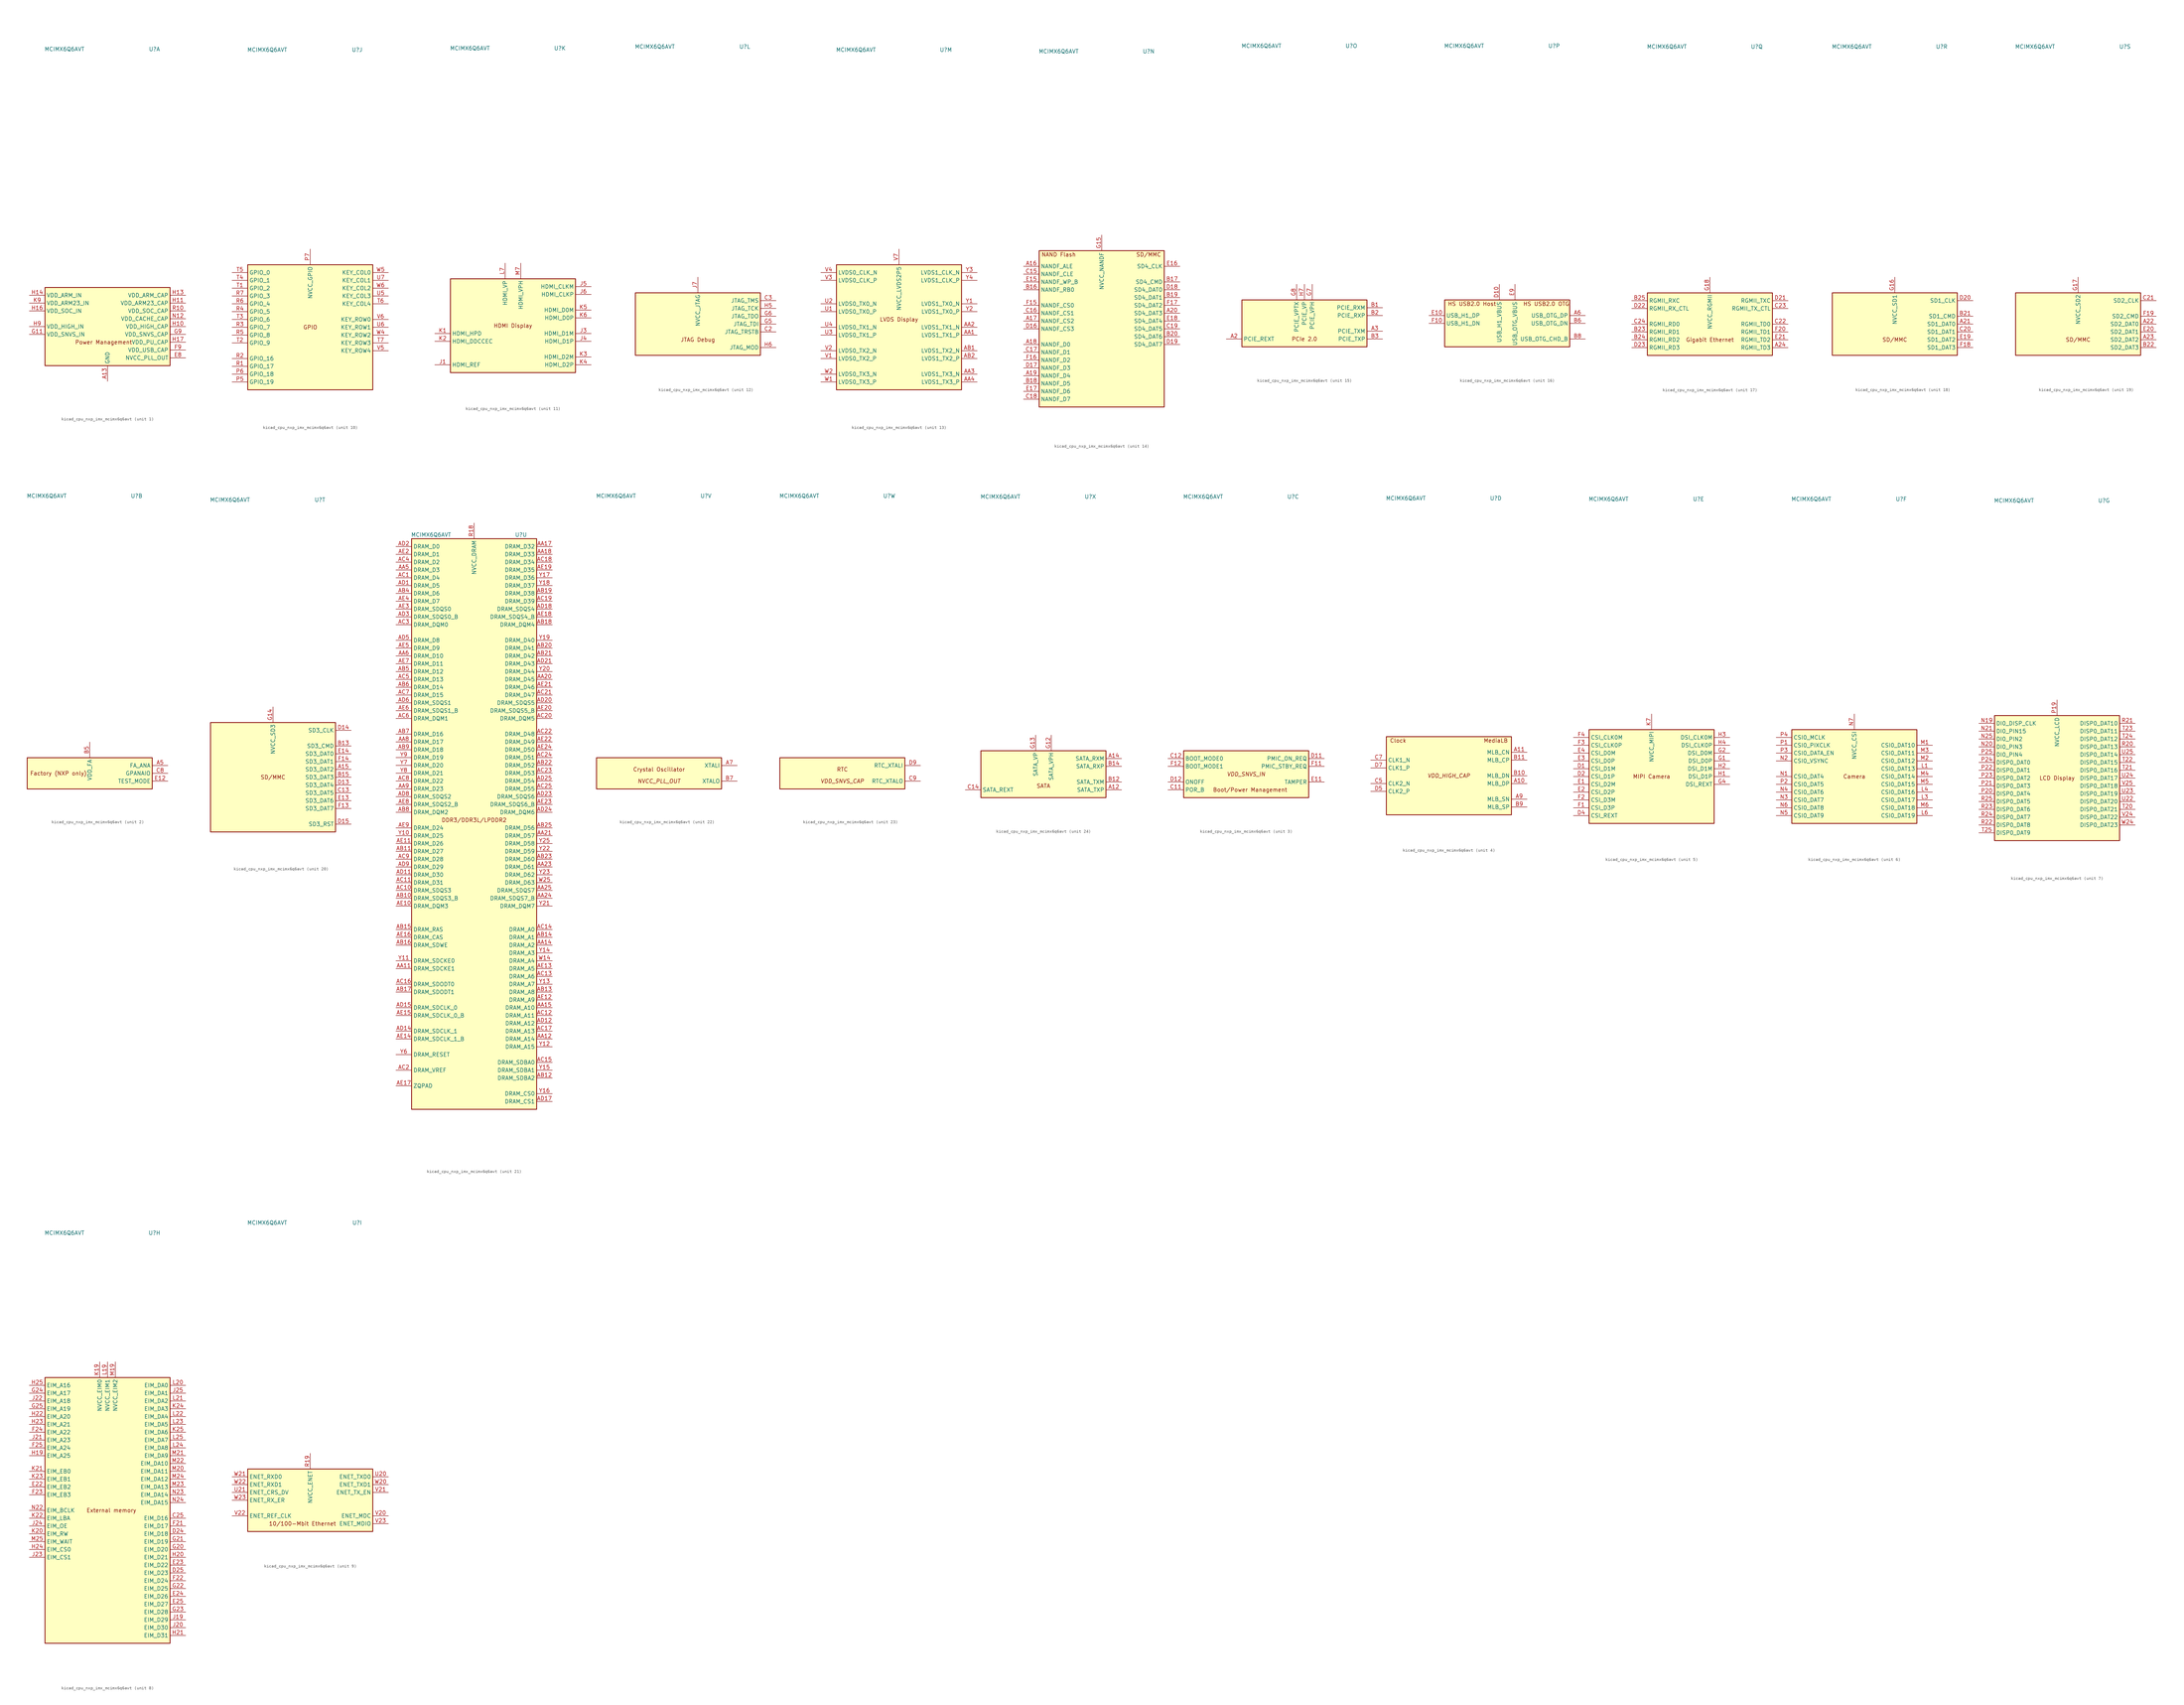
<source format=kicad_sym>
(kicad_symbol_lib
  (version 20220914)
  (generator kicad_symbol_editor)
  (symbol "kicad_cpu_nxp_imx_mcimx6q6avt"
    (property "Reference" "U"
      (at 15.24 90.17 0)
      (effects (font (size 1.27 1.27))))
    (property "Value" "MCIMX6Q6AVT"
      (at -13.97 90.17 0)
      (effects (font (size 1.27 1.27))))
    (property "ki_locked" ""
      (at 0 0 0)
      (effects (font (size 1.27 1.27))))
    (symbol "kicad_cpu_nxp_imx_mcimx6q6avt_1_0"
      (text "Power Management" (at -1.27 -5.08 0) (effects (font (size 1.27 1.27)))))
    (symbol "kicad_cpu_nxp_imx_mcimx6q6avt_1_1"
      (rectangle (start -20.32 12.7) (end 20.32 -12.7) (stroke (width 0.254) (type default)) (fill (type background)))
      (pin power_in line (at 0 -17.78 90) (length 5.08) (name "GND" (effects (font (size 1.27 1.27)))) (number "A13" (effects (font (size 1.27 1.27)))))
      (pin passive line (at 0 -17.78 90) (length 5.08) hide (name "GND" (effects (font (size 1.27 1.27)))) (number "A25" (effects (font (size 1.27 1.27)))))
      (pin passive line (at 0 -17.78 90) (length 5.08) hide (name "GND" (effects (font (size 1.27 1.27)))) (number "A4" (effects (font (size 1.27 1.27)))))
      (pin passive line (at 0 -17.78 90) (length 5.08) hide (name "GND" (effects (font (size 1.27 1.27)))) (number "A8" (effects (font (size 1.27 1.27)))))
      (pin passive line (at 0 -17.78 90) (length 5.08) hide (name "GND" (effects (font (size 1.27 1.27)))) (number "AA10" (effects (font (size 1.27 1.27)))))
      (pin passive line (at 0 -17.78 90) (length 5.08) hide (name "GND" (effects (font (size 1.27 1.27)))) (number "AA13" (effects (font (size 1.27 1.27)))))
      (pin passive line (at 0 -17.78 90) (length 5.08) hide (name "GND" (effects (font (size 1.27 1.27)))) (number "AA16" (effects (font (size 1.27 1.27)))))
      (pin passive line (at 0 -17.78 90) (length 5.08) hide (name "GND" (effects (font (size 1.27 1.27)))) (number "AA19" (effects (font (size 1.27 1.27)))))
      (pin passive line (at 0 -17.78 90) (length 5.08) hide (name "GND" (effects (font (size 1.27 1.27)))) (number "AA22" (effects (font (size 1.27 1.27)))))
      (pin passive line (at 0 -17.78 90) (length 5.08) hide (name "GND" (effects (font (size 1.27 1.27)))) (number "AA7" (effects (font (size 1.27 1.27)))))
      (pin passive line (at 0 -17.78 90) (length 5.08) hide (name "GND" (effects (font (size 1.27 1.27)))) (number "AB24" (effects (font (size 1.27 1.27)))))
      (pin passive line (at 0 -17.78 90) (length 5.08) hide (name "GND" (effects (font (size 1.27 1.27)))) (number "AB3" (effects (font (size 1.27 1.27)))))
      (pin passive line (at 0 -17.78 90) (length 5.08) hide (name "GND" (effects (font (size 1.27 1.27)))) (number "AD10" (effects (font (size 1.27 1.27)))))
      (pin passive line (at 0 -17.78 90) (length 5.08) hide (name "GND" (effects (font (size 1.27 1.27)))) (number "AD13" (effects (font (size 1.27 1.27)))))
      (pin passive line (at 0 -17.78 90) (length 5.08) hide (name "GND" (effects (font (size 1.27 1.27)))) (number "AD16" (effects (font (size 1.27 1.27)))))
      (pin passive line (at 0 -17.78 90) (length 5.08) hide (name "GND" (effects (font (size 1.27 1.27)))) (number "AD19" (effects (font (size 1.27 1.27)))))
      (pin passive line (at 0 -17.78 90) (length 5.08) hide (name "GND" (effects (font (size 1.27 1.27)))) (number "AD22" (effects (font (size 1.27 1.27)))))
      (pin passive line (at 0 -17.78 90) (length 5.08) hide (name "GND" (effects (font (size 1.27 1.27)))) (number "AD4" (effects (font (size 1.27 1.27)))))
      (pin passive line (at 0 -17.78 90) (length 5.08) hide (name "GND" (effects (font (size 1.27 1.27)))) (number "AD7" (effects (font (size 1.27 1.27)))))
      (pin passive line (at 0 -17.78 90) (length 5.08) hide (name "GND" (effects (font (size 1.27 1.27)))) (number "AE1" (effects (font (size 1.27 1.27)))))
      (pin passive line (at 0 -17.78 90) (length 5.08) hide (name "GND" (effects (font (size 1.27 1.27)))) (number "AE25" (effects (font (size 1.27 1.27)))))
      (pin passive line (at 0 -17.78 90) (length 5.08) hide (name "GND" (effects (font (size 1.27 1.27)))) (number "B4" (effects (font (size 1.27 1.27)))))
      (pin passive line (at 0 -17.78 90) (length 5.08) hide (name "GND" (effects (font (size 1.27 1.27)))) (number "C1" (effects (font (size 1.27 1.27)))))
      (pin passive line (at 0 -17.78 90) (length 5.08) hide (name "GND" (effects (font (size 1.27 1.27)))) (number "C10" (effects (font (size 1.27 1.27)))))
      (pin passive line (at 0 -17.78 90) (length 5.08) hide (name "GND" (effects (font (size 1.27 1.27)))) (number "C4" (effects (font (size 1.27 1.27)))))
      (pin passive line (at 0 -17.78 90) (length 5.08) hide (name "GND" (effects (font (size 1.27 1.27)))) (number "C6" (effects (font (size 1.27 1.27)))))
      (pin passive line (at 0 -17.78 90) (length 5.08) hide (name "GND" (effects (font (size 1.27 1.27)))) (number "D3" (effects (font (size 1.27 1.27)))))
      (pin passive line (at 0 -17.78 90) (length 5.08) hide (name "GND" (effects (font (size 1.27 1.27)))) (number "D6" (effects (font (size 1.27 1.27)))))
      (pin passive line (at 0 -17.78 90) (length 5.08) hide (name "GND" (effects (font (size 1.27 1.27)))) (number "D8" (effects (font (size 1.27 1.27)))))
      (pin passive line (at 0 -17.78 90) (length 5.08) hide (name "GND" (effects (font (size 1.27 1.27)))) (number "E5" (effects (font (size 1.27 1.27)))))
      (pin passive line (at 0 -17.78 90) (length 5.08) hide (name "GND" (effects (font (size 1.27 1.27)))) (number "E6" (effects (font (size 1.27 1.27)))))
      (pin passive line (at 0 -17.78 90) (length 5.08) hide (name "GND" (effects (font (size 1.27 1.27)))) (number "E7" (effects (font (size 1.27 1.27)))))
      (pin power_out line (at 25.4 -10.16 180) (length 5.08) (name "NVCC_PLL_OUT" (effects (font (size 1.27 1.27)))) (number "E8" (effects (font (size 1.27 1.27)))))
      (pin passive line (at 0 -17.78 90) (length 5.08) hide (name "GND" (effects (font (size 1.27 1.27)))) (number "F5" (effects (font (size 1.27 1.27)))))
      (pin passive line (at 0 -17.78 90) (length 5.08) hide (name "GND" (effects (font (size 1.27 1.27)))) (number "F6" (effects (font (size 1.27 1.27)))))
      (pin passive line (at 0 -17.78 90) (length 5.08) hide (name "GND" (effects (font (size 1.27 1.27)))) (number "F7" (effects (font (size 1.27 1.27)))))
      (pin passive line (at 0 -17.78 90) (length 5.08) hide (name "GND" (effects (font (size 1.27 1.27)))) (number "F8" (effects (font (size 1.27 1.27)))))
      (pin power_out line (at 25.4 -7.62 180) (length 5.08) (name "VDD_USB_CAP" (effects (font (size 1.27 1.27)))) (number "F9" (effects (font (size 1.27 1.27)))))
      (pin passive line (at 0 -17.78 90) (length 5.08) hide (name "GND" (effects (font (size 1.27 1.27)))) (number "G10" (effects (font (size 1.27 1.27)))))
      (pin power_in line (at -25.4 -2.54 0) (length 5.08) (name "VDD_SNVS_IN" (effects (font (size 1.27 1.27)))) (number "G11" (effects (font (size 1.27 1.27)))))
      (pin passive line (at 0 -17.78 90) (length 5.08) hide (name "GND" (effects (font (size 1.27 1.27)))) (number "G19" (effects (font (size 1.27 1.27)))))
      (pin passive line (at 0 -17.78 90) (length 5.08) hide (name "GND" (effects (font (size 1.27 1.27)))) (number "G3" (effects (font (size 1.27 1.27)))))
      (pin power_out line (at 25.4 -2.54 180) (length 5.08) (name "VDD_SNVS_CAP" (effects (font (size 1.27 1.27)))) (number "G9" (effects (font (size 1.27 1.27)))))
      (pin power_out line (at 25.4 0 180) (length 5.08) (name "VDD_HIGH_CAP" (effects (font (size 1.27 1.27)))) (number "H10" (effects (font (size 1.27 1.27)))))
      (pin power_out line (at 25.4 7.62 180) (length 5.08) (name "VDD_ARM23_CAP" (effects (font (size 1.27 1.27)))) (number "H11" (effects (font (size 1.27 1.27)))))
      (pin passive line (at 0 -17.78 90) (length 5.08) hide (name "GND" (effects (font (size 1.27 1.27)))) (number "H12" (effects (font (size 1.27 1.27)))))
      (pin power_out line (at 25.4 10.16 180) (length 5.08) (name "VDD_ARM_CAP" (effects (font (size 1.27 1.27)))) (number "H13" (effects (font (size 1.27 1.27)))))
      (pin power_in line (at -25.4 10.16 0) (length 5.08) (name "VDD_ARM_IN" (effects (font (size 1.27 1.27)))) (number "H14" (effects (font (size 1.27 1.27)))))
      (pin passive line (at 0 -17.78 90) (length 5.08) hide (name "GND" (effects (font (size 1.27 1.27)))) (number "H15" (effects (font (size 1.27 1.27)))))
      (pin power_in line (at -25.4 5.08 0) (length 5.08) (name "VDD_SOC_IN" (effects (font (size 1.27 1.27)))) (number "H16" (effects (font (size 1.27 1.27)))))
      (pin power_out line (at 25.4 -5.08 180) (length 5.08) (name "VDD_PU_CAP" (effects (font (size 1.27 1.27)))) (number "H17" (effects (font (size 1.27 1.27)))))
      (pin passive line (at 0 -17.78 90) (length 5.08) hide (name "GND" (effects (font (size 1.27 1.27)))) (number "H18" (effects (font (size 1.27 1.27)))))
      (pin passive line (at 0 -17.78 90) (length 5.08) hide (name "GND" (effects (font (size 1.27 1.27)))) (number "H8" (effects (font (size 1.27 1.27)))))
      (pin power_in line (at -25.4 0 0) (length 5.08) (name "VDD_HIGH_IN" (effects (font (size 1.27 1.27)))) (number "H9" (effects (font (size 1.27 1.27)))))
      (pin passive line (at 25.4 0 180) (length 5.08) hide (name "VDD_HIGH_CAP" (effects (font (size 1.27 1.27)))) (number "J10" (effects (font (size 1.27 1.27)))))
      (pin passive line (at 25.4 7.62 180) (length 5.08) hide (name "VDD_ARM23_CAP" (effects (font (size 1.27 1.27)))) (number "J11" (effects (font (size 1.27 1.27)))))
      (pin passive line (at 0 -17.78 90) (length 5.08) hide (name "GND" (effects (font (size 1.27 1.27)))) (number "J12" (effects (font (size 1.27 1.27)))))
      (pin passive line (at 25.4 10.16 180) (length 5.08) hide (name "VDD_ARM_CAP" (effects (font (size 1.27 1.27)))) (number "J13" (effects (font (size 1.27 1.27)))))
      (pin passive line (at -25.4 10.16 0) (length 5.08) hide (name "VDD_ARM_IN" (effects (font (size 1.27 1.27)))) (number "J14" (effects (font (size 1.27 1.27)))))
      (pin passive line (at 0 -17.78 90) (length 5.08) hide (name "GND" (effects (font (size 1.27 1.27)))) (number "J15" (effects (font (size 1.27 1.27)))))
      (pin passive line (at -25.4 5.08 0) (length 5.08) hide (name "VDD_SOC_IN" (effects (font (size 1.27 1.27)))) (number "J16" (effects (font (size 1.27 1.27)))))
      (pin passive line (at 25.4 -5.08 180) (length 5.08) hide (name "VDD_PU_CAP" (effects (font (size 1.27 1.27)))) (number "J17" (effects (font (size 1.27 1.27)))))
      (pin passive line (at 0 -17.78 90) (length 5.08) hide (name "GND" (effects (font (size 1.27 1.27)))) (number "J18" (effects (font (size 1.27 1.27)))))
      (pin passive line (at 0 -17.78 90) (length 5.08) hide (name "GND" (effects (font (size 1.27 1.27)))) (number "J2" (effects (font (size 1.27 1.27)))))
      (pin passive line (at 0 -17.78 90) (length 5.08) hide (name "GND" (effects (font (size 1.27 1.27)))) (number "J8" (effects (font (size 1.27 1.27)))))
      (pin passive line (at -25.4 0 0) (length 5.08) hide (name "VDD_HIGH_IN" (effects (font (size 1.27 1.27)))) (number "J9" (effects (font (size 1.27 1.27)))))
      (pin passive line (at 0 -17.78 90) (length 5.08) hide (name "GND" (effects (font (size 1.27 1.27)))) (number "K10" (effects (font (size 1.27 1.27)))))
      (pin passive line (at 25.4 7.62 180) (length 5.08) hide (name "VDD_ARM23_CAP" (effects (font (size 1.27 1.27)))) (number "K11" (effects (font (size 1.27 1.27)))))
      (pin passive line (at 0 -17.78 90) (length 5.08) hide (name "GND" (effects (font (size 1.27 1.27)))) (number "K12" (effects (font (size 1.27 1.27)))))
      (pin passive line (at 25.4 10.16 180) (length 5.08) hide (name "VDD_ARM_CAP" (effects (font (size 1.27 1.27)))) (number "K13" (effects (font (size 1.27 1.27)))))
      (pin passive line (at -25.4 10.16 0) (length 5.08) hide (name "VDD_ARM_IN" (effects (font (size 1.27 1.27)))) (number "K14" (effects (font (size 1.27 1.27)))))
      (pin passive line (at 0 -17.78 90) (length 5.08) hide (name "GND" (effects (font (size 1.27 1.27)))) (number "K15" (effects (font (size 1.27 1.27)))))
      (pin passive line (at -25.4 5.08 0) (length 5.08) hide (name "VDD_SOC_IN" (effects (font (size 1.27 1.27)))) (number "K16" (effects (font (size 1.27 1.27)))))
      (pin passive line (at 25.4 -5.08 180) (length 5.08) hide (name "VDD_PU_CAP" (effects (font (size 1.27 1.27)))) (number "K17" (effects (font (size 1.27 1.27)))))
      (pin passive line (at 0 -17.78 90) (length 5.08) hide (name "GND" (effects (font (size 1.27 1.27)))) (number "K18" (effects (font (size 1.27 1.27)))))
      (pin passive line (at 0 -17.78 90) (length 5.08) hide (name "GND" (effects (font (size 1.27 1.27)))) (number "K8" (effects (font (size 1.27 1.27)))))
      (pin power_in line (at -25.4 7.62 0) (length 5.08) (name "VDD_ARM23_IN" (effects (font (size 1.27 1.27)))) (number "K9" (effects (font (size 1.27 1.27)))))
      (pin passive line (at 0 -17.78 90) (length 5.08) hide (name "GND" (effects (font (size 1.27 1.27)))) (number "L10" (effects (font (size 1.27 1.27)))))
      (pin passive line (at 25.4 7.62 180) (length 5.08) hide (name "VDD_ARM23_CAP" (effects (font (size 1.27 1.27)))) (number "L11" (effects (font (size 1.27 1.27)))))
      (pin passive line (at 0 -17.78 90) (length 5.08) hide (name "GND" (effects (font (size 1.27 1.27)))) (number "L12" (effects (font (size 1.27 1.27)))))
      (pin passive line (at 25.4 10.16 180) (length 5.08) hide (name "VDD_ARM_CAP" (effects (font (size 1.27 1.27)))) (number "L13" (effects (font (size 1.27 1.27)))))
      (pin passive line (at -25.4 10.16 0) (length 5.08) hide (name "VDD_ARM_IN" (effects (font (size 1.27 1.27)))) (number "L14" (effects (font (size 1.27 1.27)))))
      (pin passive line (at 0 -17.78 90) (length 5.08) hide (name "GND" (effects (font (size 1.27 1.27)))) (number "L15" (effects (font (size 1.27 1.27)))))
      (pin passive line (at -25.4 5.08 0) (length 5.08) hide (name "VDD_SOC_IN" (effects (font (size 1.27 1.27)))) (number "L16" (effects (font (size 1.27 1.27)))))
      (pin passive line (at 25.4 -5.08 180) (length 5.08) hide (name "VDD_PU_CAP" (effects (font (size 1.27 1.27)))) (number "L17" (effects (font (size 1.27 1.27)))))
      (pin passive line (at 0 -17.78 90) (length 5.08) hide (name "GND" (effects (font (size 1.27 1.27)))) (number "L18" (effects (font (size 1.27 1.27)))))
      (pin passive line (at 0 -17.78 90) (length 5.08) hide (name "GND" (effects (font (size 1.27 1.27)))) (number "L2" (effects (font (size 1.27 1.27)))))
      (pin passive line (at 0 -17.78 90) (length 5.08) hide (name "GND" (effects (font (size 1.27 1.27)))) (number "L5" (effects (font (size 1.27 1.27)))))
      (pin passive line (at 0 -17.78 90) (length 5.08) hide (name "GND" (effects (font (size 1.27 1.27)))) (number "L8" (effects (font (size 1.27 1.27)))))
      (pin passive line (at -25.4 7.62 0) (length 5.08) hide (name "VDD_ARM23_IN" (effects (font (size 1.27 1.27)))) (number "L9" (effects (font (size 1.27 1.27)))))
      (pin passive line (at 0 -17.78 90) (length 5.08) hide (name "GND" (effects (font (size 1.27 1.27)))) (number "M10" (effects (font (size 1.27 1.27)))))
      (pin passive line (at 25.4 7.62 180) (length 5.08) hide (name "VDD_ARM23_CAP" (effects (font (size 1.27 1.27)))) (number "M11" (effects (font (size 1.27 1.27)))))
      (pin passive line (at 0 -17.78 90) (length 5.08) hide (name "GND" (effects (font (size 1.27 1.27)))) (number "M12" (effects (font (size 1.27 1.27)))))
      (pin passive line (at 25.4 10.16 180) (length 5.08) hide (name "VDD_ARM_CAP" (effects (font (size 1.27 1.27)))) (number "M13" (effects (font (size 1.27 1.27)))))
      (pin passive line (at -25.4 10.16 0) (length 5.08) hide (name "VDD_ARM_IN" (effects (font (size 1.27 1.27)))) (number "M14" (effects (font (size 1.27 1.27)))))
      (pin passive line (at 0 -17.78 90) (length 5.08) hide (name "GND" (effects (font (size 1.27 1.27)))) (number "M15" (effects (font (size 1.27 1.27)))))
      (pin passive line (at -25.4 5.08 0) (length 5.08) hide (name "VDD_SOC_IN" (effects (font (size 1.27 1.27)))) (number "M16" (effects (font (size 1.27 1.27)))))
      (pin passive line (at 25.4 -5.08 180) (length 5.08) hide (name "VDD_PU_CAP" (effects (font (size 1.27 1.27)))) (number "M17" (effects (font (size 1.27 1.27)))))
      (pin passive line (at 0 -17.78 90) (length 5.08) hide (name "GND" (effects (font (size 1.27 1.27)))) (number "M18" (effects (font (size 1.27 1.27)))))
      (pin passive line (at 0 -17.78 90) (length 5.08) hide (name "GND" (effects (font (size 1.27 1.27)))) (number "M8" (effects (font (size 1.27 1.27)))))
      (pin passive line (at -25.4 7.62 0) (length 5.08) hide (name "VDD_ARM23_IN" (effects (font (size 1.27 1.27)))) (number "M9" (effects (font (size 1.27 1.27)))))
      (pin passive line (at 0 -17.78 90) (length 5.08) hide (name "GND" (effects (font (size 1.27 1.27)))) (number "N10" (effects (font (size 1.27 1.27)))))
      (pin passive line (at 25.4 7.62 180) (length 5.08) hide (name "VDD_ARM23_CAP" (effects (font (size 1.27 1.27)))) (number "N11" (effects (font (size 1.27 1.27)))))
      (pin power_in line (at 25.4 2.54 180) (length 5.08) (name "VDD_CACHE_CAP" (effects (font (size 1.27 1.27)))) (number "N12" (effects (font (size 1.27 1.27)))))
      (pin passive line (at 25.4 10.16 180) (length 5.08) hide (name "VDD_ARM_CAP" (effects (font (size 1.27 1.27)))) (number "N13" (effects (font (size 1.27 1.27)))))
      (pin passive line (at -25.4 10.16 0) (length 5.08) hide (name "VDD_ARM_IN" (effects (font (size 1.27 1.27)))) (number "N14" (effects (font (size 1.27 1.27)))))
      (pin passive line (at 0 -17.78 90) (length 5.08) hide (name "GND" (effects (font (size 1.27 1.27)))) (number "N15" (effects (font (size 1.27 1.27)))))
      (pin passive line (at -25.4 5.08 0) (length 5.08) hide (name "VDD_SOC_IN" (effects (font (size 1.27 1.27)))) (number "N16" (effects (font (size 1.27 1.27)))))
      (pin passive line (at 25.4 -5.08 180) (length 5.08) hide (name "VDD_PU_CAP" (effects (font (size 1.27 1.27)))) (number "N17" (effects (font (size 1.27 1.27)))))
      (pin passive line (at 0 -17.78 90) (length 5.08) hide (name "GND" (effects (font (size 1.27 1.27)))) (number "N18" (effects (font (size 1.27 1.27)))))
      (pin passive line (at 0 -17.78 90) (length 5.08) hide (name "GND" (effects (font (size 1.27 1.27)))) (number "N8" (effects (font (size 1.27 1.27)))))
      (pin passive line (at -25.4 7.62 0) (length 5.08) hide (name "VDD_ARM23_IN" (effects (font (size 1.27 1.27)))) (number "N9" (effects (font (size 1.27 1.27)))))
      (pin passive line (at 0 -17.78 90) (length 5.08) hide (name "GND" (effects (font (size 1.27 1.27)))) (number "P10" (effects (font (size 1.27 1.27)))))
      (pin passive line (at 25.4 7.62 180) (length 5.08) hide (name "VDD_ARM23_CAP" (effects (font (size 1.27 1.27)))) (number "P11" (effects (font (size 1.27 1.27)))))
      (pin passive line (at 0 -17.78 90) (length 5.08) hide (name "GND" (effects (font (size 1.27 1.27)))) (number "P12" (effects (font (size 1.27 1.27)))))
      (pin passive line (at 25.4 10.16 180) (length 5.08) hide (name "VDD_ARM_CAP" (effects (font (size 1.27 1.27)))) (number "P13" (effects (font (size 1.27 1.27)))))
      (pin passive line (at -25.4 10.16 0) (length 5.08) hide (name "VDD_ARM_IN" (effects (font (size 1.27 1.27)))) (number "P14" (effects (font (size 1.27 1.27)))))
      (pin passive line (at 0 -17.78 90) (length 5.08) hide (name "GND" (effects (font (size 1.27 1.27)))) (number "P15" (effects (font (size 1.27 1.27)))))
      (pin passive line (at -25.4 5.08 0) (length 5.08) hide (name "VDD_SOC_IN" (effects (font (size 1.27 1.27)))) (number "P16" (effects (font (size 1.27 1.27)))))
      (pin passive line (at 25.4 -5.08 180) (length 5.08) hide (name "VDD_PU_CAP" (effects (font (size 1.27 1.27)))) (number "P17" (effects (font (size 1.27 1.27)))))
      (pin passive line (at 0 -17.78 90) (length 5.08) hide (name "GND" (effects (font (size 1.27 1.27)))) (number "P18" (effects (font (size 1.27 1.27)))))
      (pin passive line (at 0 -17.78 90) (length 5.08) hide (name "GND" (effects (font (size 1.27 1.27)))) (number "P8" (effects (font (size 1.27 1.27)))))
      (pin passive line (at -25.4 7.62 0) (length 5.08) hide (name "VDD_ARM23_IN" (effects (font (size 1.27 1.27)))) (number "P9" (effects (font (size 1.27 1.27)))))
      (pin power_out line (at 25.4 5.08 180) (length 5.08) (name "VDD_SOC_CAP" (effects (font (size 1.27 1.27)))) (number "R10" (effects (font (size 1.27 1.27)))))
      (pin passive line (at 25.4 7.62 180) (length 5.08) hide (name "VDD_ARM23_CAP" (effects (font (size 1.27 1.27)))) (number "R11" (effects (font (size 1.27 1.27)))))
      (pin passive line (at 0 -17.78 90) (length 5.08) hide (name "GND" (effects (font (size 1.27 1.27)))) (number "R12" (effects (font (size 1.27 1.27)))))
      (pin passive line (at 25.4 10.16 180) (length 5.08) hide (name "VDD_ARM_CAP" (effects (font (size 1.27 1.27)))) (number "R13" (effects (font (size 1.27 1.27)))))
      (pin passive line (at -25.4 10.16 0) (length 5.08) hide (name "VDD_ARM_IN" (effects (font (size 1.27 1.27)))) (number "R14" (effects (font (size 1.27 1.27)))))
      (pin passive line (at 0 -17.78 90) (length 5.08) hide (name "GND" (effects (font (size 1.27 1.27)))) (number "R15" (effects (font (size 1.27 1.27)))))
      (pin passive line (at -25.4 5.08 0) (length 5.08) hide (name "VDD_SOC_IN" (effects (font (size 1.27 1.27)))) (number "R16" (effects (font (size 1.27 1.27)))))
      (pin passive line (at 0 -17.78 90) (length 5.08) hide (name "GND" (effects (font (size 1.27 1.27)))) (number "R17" (effects (font (size 1.27 1.27)))))
      (pin passive line (at 0 -17.78 90) (length 5.08) hide (name "GND" (effects (font (size 1.27 1.27)))) (number "R8" (effects (font (size 1.27 1.27)))))
      (pin passive line (at -25.4 7.62 0) (length 5.08) hide (name "VDD_ARM23_IN" (effects (font (size 1.27 1.27)))) (number "R9" (effects (font (size 1.27 1.27)))))
      (pin passive line (at 25.4 5.08 180) (length 5.08) hide (name "VDD_SOC_CAP" (effects (font (size 1.27 1.27)))) (number "T10" (effects (font (size 1.27 1.27)))))
      (pin passive line (at 0 -17.78 90) (length 5.08) hide (name "GND" (effects (font (size 1.27 1.27)))) (number "T11" (effects (font (size 1.27 1.27)))))
      (pin passive line (at 0 -17.78 90) (length 5.08) hide (name "GND" (effects (font (size 1.27 1.27)))) (number "T12" (effects (font (size 1.27 1.27)))))
      (pin passive line (at 25.4 5.08 180) (length 5.08) hide (name "VDD_SOC_CAP" (effects (font (size 1.27 1.27)))) (number "T13" (effects (font (size 1.27 1.27)))))
      (pin passive line (at 25.4 5.08 180) (length 5.08) hide (name "VDD_SOC_CAP" (effects (font (size 1.27 1.27)))) (number "T14" (effects (font (size 1.27 1.27)))))
      (pin passive line (at 0 -17.78 90) (length 5.08) hide (name "GND" (effects (font (size 1.27 1.27)))) (number "T15" (effects (font (size 1.27 1.27)))))
      (pin passive line (at -25.4 5.08 0) (length 5.08) hide (name "VDD_SOC_IN" (effects (font (size 1.27 1.27)))) (number "T16" (effects (font (size 1.27 1.27)))))
      (pin passive line (at 0 -17.78 90) (length 5.08) hide (name "GND" (effects (font (size 1.27 1.27)))) (number "T17" (effects (font (size 1.27 1.27)))))
      (pin passive line (at 0 -17.78 90) (length 5.08) hide (name "GND" (effects (font (size 1.27 1.27)))) (number "T19" (effects (font (size 1.27 1.27)))))
      (pin passive line (at 0 -17.78 90) (length 5.08) hide (name "GND" (effects (font (size 1.27 1.27)))) (number "T8" (effects (font (size 1.27 1.27)))))
      (pin passive line (at -25.4 7.62 0) (length 5.08) hide (name "VDD_ARM23_IN" (effects (font (size 1.27 1.27)))) (number "T9" (effects (font (size 1.27 1.27)))))
      (pin passive line (at 25.4 5.08 180) (length 5.08) hide (name "VDD_SOC_CAP" (effects (font (size 1.27 1.27)))) (number "U10" (effects (font (size 1.27 1.27)))))
      (pin passive line (at 0 -17.78 90) (length 5.08) hide (name "GND" (effects (font (size 1.27 1.27)))) (number "U11" (effects (font (size 1.27 1.27)))))
      (pin passive line (at 0 -17.78 90) (length 5.08) hide (name "GND" (effects (font (size 1.27 1.27)))) (number "U12" (effects (font (size 1.27 1.27)))))
      (pin passive line (at 25.4 5.08 180) (length 5.08) hide (name "VDD_SOC_CAP" (effects (font (size 1.27 1.27)))) (number "U13" (effects (font (size 1.27 1.27)))))
      (pin passive line (at 25.4 5.08 180) (length 5.08) hide (name "VDD_SOC_CAP" (effects (font (size 1.27 1.27)))) (number "U14" (effects (font (size 1.27 1.27)))))
      (pin passive line (at 0 -17.78 90) (length 5.08) hide (name "GND" (effects (font (size 1.27 1.27)))) (number "U15" (effects (font (size 1.27 1.27)))))
      (pin passive line (at -25.4 5.08 0) (length 5.08) hide (name "VDD_SOC_IN" (effects (font (size 1.27 1.27)))) (number "U16" (effects (font (size 1.27 1.27)))))
      (pin passive line (at 0 -17.78 90) (length 5.08) hide (name "GND" (effects (font (size 1.27 1.27)))) (number "U17" (effects (font (size 1.27 1.27)))))
      (pin passive line (at 0 -17.78 90) (length 5.08) hide (name "GND" (effects (font (size 1.27 1.27)))) (number "U19" (effects (font (size 1.27 1.27)))))
      (pin passive line (at 0 -17.78 90) (length 5.08) hide (name "GND" (effects (font (size 1.27 1.27)))) (number "U8" (effects (font (size 1.27 1.27)))))
      (pin passive line (at -25.4 7.62 0) (length 5.08) hide (name "VDD_ARM23_IN" (effects (font (size 1.27 1.27)))) (number "U9" (effects (font (size 1.27 1.27)))))
      (pin passive line (at 0 -17.78 90) (length 5.08) hide (name "GND" (effects (font (size 1.27 1.27)))) (number "V19" (effects (font (size 1.27 1.27)))))
      (pin passive line (at 0 -17.78 90) (length 5.08) hide (name "GND" (effects (font (size 1.27 1.27)))) (number "V8" (effects (font (size 1.27 1.27)))))
      (pin passive line (at 0 -17.78 90) (length 5.08) hide (name "GND" (effects (font (size 1.27 1.27)))) (number "W10" (effects (font (size 1.27 1.27)))))
      (pin passive line (at 0 -17.78 90) (length 5.08) hide (name "GND" (effects (font (size 1.27 1.27)))) (number "W11" (effects (font (size 1.27 1.27)))))
      (pin passive line (at 0 -17.78 90) (length 5.08) hide (name "GND" (effects (font (size 1.27 1.27)))) (number "W12" (effects (font (size 1.27 1.27)))))
      (pin passive line (at 0 -17.78 90) (length 5.08) hide (name "GND" (effects (font (size 1.27 1.27)))) (number "W13" (effects (font (size 1.27 1.27)))))
      (pin passive line (at 0 -17.78 90) (length 5.08) hide (name "GND" (effects (font (size 1.27 1.27)))) (number "W15" (effects (font (size 1.27 1.27)))))
      (pin passive line (at 0 -17.78 90) (length 5.08) hide (name "GND" (effects (font (size 1.27 1.27)))) (number "W16" (effects (font (size 1.27 1.27)))))
      (pin passive line (at 0 -17.78 90) (length 5.08) hide (name "GND" (effects (font (size 1.27 1.27)))) (number "W17" (effects (font (size 1.27 1.27)))))
      (pin passive line (at 0 -17.78 90) (length 5.08) hide (name "GND" (effects (font (size 1.27 1.27)))) (number "W18" (effects (font (size 1.27 1.27)))))
      (pin passive line (at 0 -17.78 90) (length 5.08) hide (name "GND" (effects (font (size 1.27 1.27)))) (number "W19" (effects (font (size 1.27 1.27)))))
      (pin passive line (at 0 -17.78 90) (length 5.08) hide (name "GND" (effects (font (size 1.27 1.27)))) (number "W3" (effects (font (size 1.27 1.27)))))
      (pin passive line (at 0 -17.78 90) (length 5.08) hide (name "GND" (effects (font (size 1.27 1.27)))) (number "W7" (effects (font (size 1.27 1.27)))))
      (pin passive line (at 0 -17.78 90) (length 5.08) hide (name "GND" (effects (font (size 1.27 1.27)))) (number "W8" (effects (font (size 1.27 1.27)))))
      (pin passive line (at 0 -17.78 90) (length 5.08) hide (name "GND" (effects (font (size 1.27 1.27)))) (number "W9" (effects (font (size 1.27 1.27)))))
      (pin passive line (at 0 -17.78 90) (length 5.08) hide (name "GND" (effects (font (size 1.27 1.27)))) (number "Y24" (effects (font (size 1.27 1.27)))))
      (pin passive line (at 0 -17.78 90) (length 5.08) hide (name "GND" (effects (font (size 1.27 1.27)))) (number "Y5" (effects (font (size 1.27 1.27))))))
    (symbol "kicad_cpu_nxp_imx_mcimx6q6avt_2_0"
      (text "Factory (NXP only)" (at -10.16 0 0) (effects (font (size 1.27 1.27)))))
    (symbol "kicad_cpu_nxp_imx_mcimx6q6avt_2_1"
      (rectangle (start -20.32 5.08) (end 20.32 -5.08) (stroke (width 0.254) (type default)) (fill (type background)))
      (pin passive line (at 25.4 2.54 180) (length 5.08) (name "FA_ANA" (effects (font (size 1.27 1.27)))) (number "A5" (effects (font (size 1.27 1.27)))))
      (pin passive line (at 0 10.16 270) (length 5.08) (name "VDD_FA" (effects (font (size 1.27 1.27)))) (number "B5" (effects (font (size 1.27 1.27)))))
      (pin passive line (at 25.4 0 180) (length 5.08) (name "GPANAIO" (effects (font (size 1.27 1.27)))) (number "C8" (effects (font (size 1.27 1.27)))))
      (pin passive line (at 25.4 -2.54 180) (length 5.08) (name "TEST_MODE" (effects (font (size 1.27 1.27)))) (number "E12" (effects (font (size 1.27 1.27))))))
    (symbol "kicad_cpu_nxp_imx_mcimx6q6avt_3_0"
      (text "Boot/Power Management" (at 1.27 -5.08 0) (effects (font (size 1.27 1.27)))))
    (symbol "kicad_cpu_nxp_imx_mcimx6q6avt_3_1"
      (rectangle (start -20.32 7.62) (end 20.32 -7.62) (stroke (width 0.254) (type default)) (fill (type background)))
      (text "VDD_SNVS_IN" (at 0 0 0) (effects (font (size 1.27 1.27) italic)))
      (pin input line (at -25.4 -5.08 0) (length 5.08) (name "POR_B" (effects (font (size 1.27 1.27)))) (number "C11" (effects (font (size 1.27 1.27)))))
      (pin input line (at -25.4 5.08 0) (length 5.08) (name "BOOT_MODE0" (effects (font (size 1.27 1.27)))) (number "C12" (effects (font (size 1.27 1.27)))))
      (pin output line (at 25.4 5.08 180) (length 5.08) (name "PMIC_ON_REQ" (effects (font (size 1.27 1.27)))) (number "D11" (effects (font (size 1.27 1.27)))))
      (pin input line (at -25.4 -2.54 0) (length 5.08) (name "ONOFF" (effects (font (size 1.27 1.27)))) (number "D12" (effects (font (size 1.27 1.27)))))
      (pin input line (at 25.4 -2.54 180) (length 5.08) (name "TAMPER" (effects (font (size 1.27 1.27)))) (number "E11" (effects (font (size 1.27 1.27)))))
      (pin output line (at 25.4 2.54 180) (length 5.08) (name "PMIC_STBY_REQ" (effects (font (size 1.27 1.27)))) (number "F11" (effects (font (size 1.27 1.27)))))
      (pin input line (at -25.4 2.54 0) (length 5.08) (name "BOOT_MODE1" (effects (font (size 1.27 1.27)))) (number "F12" (effects (font (size 1.27 1.27))))))
    (symbol "kicad_cpu_nxp_imx_mcimx6q6avt_4_0"
      (text "Clock" (at -16.51 11.43 0) (effects (font (size 1.27 1.27))))
      (text "MediaLB" (at 15.24 11.43 0) (effects (font (size 1.27 1.27)))))
    (symbol "kicad_cpu_nxp_imx_mcimx6q6avt_4_1"
      (rectangle (start -20.32 12.7) (end 20.32 -12.7) (stroke (width 0.254) (type default)) (fill (type background)))
      (text "VDD_HIGH_CAP" (at 0 0 0) (effects (font (size 1.27 1.27) italic)))
      (pin bidirectional line (at 25.4 -2.54 180) (length 5.08) (name "MLB_DP" (effects (font (size 1.27 1.27)))) (number "A10" (effects (font (size 1.27 1.27)))))
      (pin input line (at 25.4 7.62 180) (length 5.08) (name "MLB_CN" (effects (font (size 1.27 1.27)))) (number "A11" (effects (font (size 1.27 1.27)))))
      (pin bidirectional line (at 25.4 -7.62 180) (length 5.08) (name "MLB_SN" (effects (font (size 1.27 1.27)))) (number "A9" (effects (font (size 1.27 1.27)))))
      (pin bidirectional line (at 25.4 0 180) (length 5.08) (name "MLB_DN" (effects (font (size 1.27 1.27)))) (number "B10" (effects (font (size 1.27 1.27)))))
      (pin input line (at 25.4 5.08 180) (length 5.08) (name "MLB_CP" (effects (font (size 1.27 1.27)))) (number "B11" (effects (font (size 1.27 1.27)))))
      (pin bidirectional line (at 25.4 -10.16 180) (length 5.08) (name "MLB_SP" (effects (font (size 1.27 1.27)))) (number "B9" (effects (font (size 1.27 1.27)))))
      (pin bidirectional line (at -25.4 -2.54 0) (length 5.08) (name "CLK2_N" (effects (font (size 1.27 1.27)))) (number "C5" (effects (font (size 1.27 1.27)))))
      (pin bidirectional line (at -25.4 5.08 0) (length 5.08) (name "CLK1_N" (effects (font (size 1.27 1.27)))) (number "C7" (effects (font (size 1.27 1.27)))))
      (pin bidirectional line (at -25.4 -5.08 0) (length 5.08) (name "CLK2_P" (effects (font (size 1.27 1.27)))) (number "D5" (effects (font (size 1.27 1.27)))))
      (pin bidirectional line (at -25.4 2.54 0) (length 5.08) (name "CLK1_P" (effects (font (size 1.27 1.27)))) (number "D7" (effects (font (size 1.27 1.27))))))
    (symbol "kicad_cpu_nxp_imx_mcimx6q6avt_5_0"
      (text "MIPI Camera" (at 0 0 0) (effects (font (size 1.27 1.27)))))
    (symbol "kicad_cpu_nxp_imx_mcimx6q6avt_5_1"
      (rectangle (start -20.32 15.24) (end 20.32 -15.24) (stroke (width 0.254) (type default)) (fill (type background)))
      (pin input line (at -25.4 2.54 0) (length 5.08) (name "CSI_D1M" (effects (font (size 1.27 1.27)))) (number "D1" (effects (font (size 1.27 1.27)))))
      (pin input line (at -25.4 0 0) (length 5.08) (name "CSI_D1P" (effects (font (size 1.27 1.27)))) (number "D2" (effects (font (size 1.27 1.27)))))
      (pin passive line (at -25.4 -12.7 0) (length 5.08) (name "CSI_REXT" (effects (font (size 1.27 1.27)))) (number "D4" (effects (font (size 1.27 1.27)))))
      (pin input line (at -25.4 -2.54 0) (length 5.08) (name "CSI_D2M" (effects (font (size 1.27 1.27)))) (number "E1" (effects (font (size 1.27 1.27)))))
      (pin input line (at -25.4 -5.08 0) (length 5.08) (name "CSI_D2P" (effects (font (size 1.27 1.27)))) (number "E2" (effects (font (size 1.27 1.27)))))
      (pin input line (at -25.4 5.08 0) (length 5.08) (name "CSI_D0P" (effects (font (size 1.27 1.27)))) (number "E3" (effects (font (size 1.27 1.27)))))
      (pin input line (at -25.4 7.62 0) (length 5.08) (name "CSI_D0M" (effects (font (size 1.27 1.27)))) (number "E4" (effects (font (size 1.27 1.27)))))
      (pin input line (at -25.4 -10.16 0) (length 5.08) (name "CSI_D3P" (effects (font (size 1.27 1.27)))) (number "F1" (effects (font (size 1.27 1.27)))))
      (pin input line (at -25.4 -7.62 0) (length 5.08) (name "CSI_D3M" (effects (font (size 1.27 1.27)))) (number "F2" (effects (font (size 1.27 1.27)))))
      (pin input line (at -25.4 10.16 0) (length 5.08) (name "CSI_CLK0P" (effects (font (size 1.27 1.27)))) (number "F3" (effects (font (size 1.27 1.27)))))
      (pin input line (at -25.4 12.7 0) (length 5.08) (name "CSI_CLK0M" (effects (font (size 1.27 1.27)))) (number "F4" (effects (font (size 1.27 1.27)))))
      (pin output line (at 25.4 5.08 180) (length 5.08) (name "DSI_D0P" (effects (font (size 1.27 1.27)))) (number "G1" (effects (font (size 1.27 1.27)))))
      (pin output line (at 25.4 7.62 180) (length 5.08) (name "DSI_D0M" (effects (font (size 1.27 1.27)))) (number "G2" (effects (font (size 1.27 1.27)))))
      (pin passive line (at 25.4 -2.54 180) (length 5.08) (name "DSI_REXT" (effects (font (size 1.27 1.27)))) (number "G4" (effects (font (size 1.27 1.27)))))
      (pin output line (at 25.4 0 180) (length 5.08) (name "DSI_D1P" (effects (font (size 1.27 1.27)))) (number "H1" (effects (font (size 1.27 1.27)))))
      (pin output line (at 25.4 2.54 180) (length 5.08) (name "DSI_D1M" (effects (font (size 1.27 1.27)))) (number "H2" (effects (font (size 1.27 1.27)))))
      (pin output line (at 25.4 12.7 180) (length 5.08) (name "DSI_CLK0M" (effects (font (size 1.27 1.27)))) (number "H3" (effects (font (size 1.27 1.27)))))
      (pin output line (at 25.4 10.16 180) (length 5.08) (name "DSI_CLK0P" (effects (font (size 1.27 1.27)))) (number "H4" (effects (font (size 1.27 1.27)))))
      (pin power_in line (at 0 20.32 270) (length 5.08) (name "NVCC_MIPI" (effects (font (size 1.27 1.27)))) (number "K7" (effects (font (size 1.27 1.27))))))
    (symbol "kicad_cpu_nxp_imx_mcimx6q6avt_6_0"
      (text "Camera" (at 0 0 0) (effects (font (size 1.27 1.27)))))
    (symbol "kicad_cpu_nxp_imx_mcimx6q6avt_6_1"
      (rectangle (start -20.32 15.24) (end 20.32 -15.24) (stroke (width 0.254) (type default)) (fill (type background)))
      (pin bidirectional line (at 25.4 2.54 180) (length 5.08) (name "CSI0_DAT13" (effects (font (size 1.27 1.27)))) (number "L1" (effects (font (size 1.27 1.27)))))
      (pin bidirectional line (at 25.4 -7.62 180) (length 5.08) (name "CSI0_DAT17" (effects (font (size 1.27 1.27)))) (number "L3" (effects (font (size 1.27 1.27)))))
      (pin bidirectional line (at 25.4 -5.08 180) (length 5.08) (name "CSI0_DAT16" (effects (font (size 1.27 1.27)))) (number "L4" (effects (font (size 1.27 1.27)))))
      (pin bidirectional line (at 25.4 -12.7 180) (length 5.08) (name "CSI0_DAT19" (effects (font (size 1.27 1.27)))) (number "L6" (effects (font (size 1.27 1.27)))))
      (pin bidirectional line (at 25.4 10.16 180) (length 5.08) (name "CSI0_DAT10" (effects (font (size 1.27 1.27)))) (number "M1" (effects (font (size 1.27 1.27)))))
      (pin bidirectional line (at 25.4 5.08 180) (length 5.08) (name "CSI0_DAT12" (effects (font (size 1.27 1.27)))) (number "M2" (effects (font (size 1.27 1.27)))))
      (pin bidirectional line (at 25.4 7.62 180) (length 5.08) (name "CSI0_DAT11" (effects (font (size 1.27 1.27)))) (number "M3" (effects (font (size 1.27 1.27)))))
      (pin bidirectional line (at 25.4 0 180) (length 5.08) (name "CSI0_DAT14" (effects (font (size 1.27 1.27)))) (number "M4" (effects (font (size 1.27 1.27)))))
      (pin bidirectional line (at 25.4 -2.54 180) (length 5.08) (name "CSI0_DAT15" (effects (font (size 1.27 1.27)))) (number "M5" (effects (font (size 1.27 1.27)))))
      (pin bidirectional line (at 25.4 -10.16 180) (length 5.08) (name "CSI0_DAT18" (effects (font (size 1.27 1.27)))) (number "M6" (effects (font (size 1.27 1.27)))))
      (pin bidirectional line (at -25.4 0 0) (length 5.08) (name "CSI0_DAT4" (effects (font (size 1.27 1.27)))) (number "N1" (effects (font (size 1.27 1.27)))))
      (pin bidirectional line (at -25.4 5.08 0) (length 5.08) (name "CSI0_VSYNC" (effects (font (size 1.27 1.27)))) (number "N2" (effects (font (size 1.27 1.27)))))
      (pin bidirectional line (at -25.4 -7.62 0) (length 5.08) (name "CSI0_DAT7" (effects (font (size 1.27 1.27)))) (number "N3" (effects (font (size 1.27 1.27)))))
      (pin bidirectional line (at -25.4 -5.08 0) (length 5.08) (name "CSI0_DAT6" (effects (font (size 1.27 1.27)))) (number "N4" (effects (font (size 1.27 1.27)))))
      (pin bidirectional line (at -25.4 -12.7 0) (length 5.08) (name "CSI0_DAT9" (effects (font (size 1.27 1.27)))) (number "N5" (effects (font (size 1.27 1.27)))))
      (pin bidirectional line (at -25.4 -10.16 0) (length 5.08) (name "CSI0_DAT8" (effects (font (size 1.27 1.27)))) (number "N6" (effects (font (size 1.27 1.27)))))
      (pin power_in line (at 0 20.32 270) (length 5.08) (name "NVCC_CSI" (effects (font (size 1.27 1.27)))) (number "N7" (effects (font (size 1.27 1.27)))))
      (pin bidirectional line (at -25.4 10.16 0) (length 5.08) (name "CSI0_PIXCLK" (effects (font (size 1.27 1.27)))) (number "P1" (effects (font (size 1.27 1.27)))))
      (pin bidirectional line (at -25.4 -2.54 0) (length 5.08) (name "CSI0_DAT5" (effects (font (size 1.27 1.27)))) (number "P2" (effects (font (size 1.27 1.27)))))
      (pin bidirectional line (at -25.4 7.62 0) (length 5.08) (name "CSI0_DATA_EN" (effects (font (size 1.27 1.27)))) (number "P3" (effects (font (size 1.27 1.27)))))
      (pin bidirectional line (at -25.4 12.7 0) (length 5.08) (name "CSI0_MCLK" (effects (font (size 1.27 1.27)))) (number "P4" (effects (font (size 1.27 1.27))))))
    (symbol "kicad_cpu_nxp_imx_mcimx6q6avt_7_0"
      (text "LCD Display" (at 0 0 0) (effects (font (size 1.27 1.27)))))
    (symbol "kicad_cpu_nxp_imx_mcimx6q6avt_7_1"
      (rectangle (start -20.32 20.32) (end 20.32 -20.32) (stroke (width 0.254) (type default)) (fill (type background)))
      (pin bidirectional line (at -25.4 17.78 0) (length 5.08) (name "DI0_DISP_CLK" (effects (font (size 1.27 1.27)))) (number "N19" (effects (font (size 1.27 1.27)))))
      (pin bidirectional line (at -25.4 10.16 0) (length 5.08) (name "DI0_PIN3" (effects (font (size 1.27 1.27)))) (number "N20" (effects (font (size 1.27 1.27)))))
      (pin bidirectional line (at -25.4 15.24 0) (length 5.08) (name "DI0_PIN15" (effects (font (size 1.27 1.27)))) (number "N21" (effects (font (size 1.27 1.27)))))
      (pin bidirectional line (at -25.4 12.7 0) (length 5.08) (name "DI0_PIN2" (effects (font (size 1.27 1.27)))) (number "N25" (effects (font (size 1.27 1.27)))))
      (pin power_in line (at 0 25.4 270) (length 5.08) (name "NVCC_LCD" (effects (font (size 1.27 1.27)))) (number "P19" (effects (font (size 1.27 1.27)))))
      (pin bidirectional line (at -25.4 -5.08 0) (length 5.08) (name "DISP0_DAT4" (effects (font (size 1.27 1.27)))) (number "P20" (effects (font (size 1.27 1.27)))))
      (pin bidirectional line (at -25.4 -2.54 0) (length 5.08) (name "DISP0_DAT3" (effects (font (size 1.27 1.27)))) (number "P21" (effects (font (size 1.27 1.27)))))
      (pin bidirectional line (at -25.4 2.54 0) (length 5.08) (name "DISP0_DAT1" (effects (font (size 1.27 1.27)))) (number "P22" (effects (font (size 1.27 1.27)))))
      (pin bidirectional line (at -25.4 0 0) (length 5.08) (name "DISP0_DAT2" (effects (font (size 1.27 1.27)))) (number "P23" (effects (font (size 1.27 1.27)))))
      (pin bidirectional line (at -25.4 5.08 0) (length 5.08) (name "DISP0_DAT0" (effects (font (size 1.27 1.27)))) (number "P24" (effects (font (size 1.27 1.27)))))
      (pin bidirectional line (at -25.4 7.62 0) (length 5.08) (name "DI0_PIN4" (effects (font (size 1.27 1.27)))) (number "P25" (effects (font (size 1.27 1.27)))))
      (pin bidirectional line (at 25.4 10.16 180) (length 5.08) (name "DISP0_DAT13" (effects (font (size 1.27 1.27)))) (number "R20" (effects (font (size 1.27 1.27)))))
      (pin bidirectional line (at 25.4 17.78 180) (length 5.08) (name "DISP0_DAT10" (effects (font (size 1.27 1.27)))) (number "R21" (effects (font (size 1.27 1.27)))))
      (pin bidirectional line (at -25.4 -15.24 0) (length 5.08) (name "DISP0_DAT8" (effects (font (size 1.27 1.27)))) (number "R22" (effects (font (size 1.27 1.27)))))
      (pin bidirectional line (at -25.4 -10.16 0) (length 5.08) (name "DISP0_DAT6" (effects (font (size 1.27 1.27)))) (number "R23" (effects (font (size 1.27 1.27)))))
      (pin bidirectional line (at -25.4 -12.7 0) (length 5.08) (name "DISP0_DAT7" (effects (font (size 1.27 1.27)))) (number "R24" (effects (font (size 1.27 1.27)))))
      (pin bidirectional line (at -25.4 -7.62 0) (length 5.08) (name "DISP0_DAT5" (effects (font (size 1.27 1.27)))) (number "R25" (effects (font (size 1.27 1.27)))))
      (pin bidirectional line (at 25.4 -10.16 180) (length 5.08) (name "DISP0_DAT21" (effects (font (size 1.27 1.27)))) (number "T20" (effects (font (size 1.27 1.27)))))
      (pin bidirectional line (at 25.4 2.54 180) (length 5.08) (name "DISP0_DAT16" (effects (font (size 1.27 1.27)))) (number "T21" (effects (font (size 1.27 1.27)))))
      (pin bidirectional line (at 25.4 5.08 180) (length 5.08) (name "DISP0_DAT15" (effects (font (size 1.27 1.27)))) (number "T22" (effects (font (size 1.27 1.27)))))
      (pin bidirectional line (at 25.4 15.24 180) (length 5.08) (name "DISP0_DAT11" (effects (font (size 1.27 1.27)))) (number "T23" (effects (font (size 1.27 1.27)))))
      (pin bidirectional line (at 25.4 12.7 180) (length 5.08) (name "DISP0_DAT12" (effects (font (size 1.27 1.27)))) (number "T24" (effects (font (size 1.27 1.27)))))
      (pin bidirectional line (at -25.4 -17.78 0) (length 5.08) (name "DISP0_DAT9" (effects (font (size 1.27 1.27)))) (number "T25" (effects (font (size 1.27 1.27)))))
      (pin bidirectional line (at 25.4 -7.62 180) (length 5.08) (name "DISP0_DAT20" (effects (font (size 1.27 1.27)))) (number "U22" (effects (font (size 1.27 1.27)))))
      (pin bidirectional line (at 25.4 -5.08 180) (length 5.08) (name "DISP0_DAT19" (effects (font (size 1.27 1.27)))) (number "U23" (effects (font (size 1.27 1.27)))))
      (pin bidirectional line (at 25.4 0 180) (length 5.08) (name "DISP0_DAT17" (effects (font (size 1.27 1.27)))) (number "U24" (effects (font (size 1.27 1.27)))))
      (pin bidirectional line (at 25.4 7.62 180) (length 5.08) (name "DISP0_DAT14" (effects (font (size 1.27 1.27)))) (number "U25" (effects (font (size 1.27 1.27)))))
      (pin bidirectional line (at 25.4 -12.7 180) (length 5.08) (name "DISP0_DAT22" (effects (font (size 1.27 1.27)))) (number "V24" (effects (font (size 1.27 1.27)))))
      (pin bidirectional line (at 25.4 -2.54 180) (length 5.08) (name "DISP0_DAT18" (effects (font (size 1.27 1.27)))) (number "V25" (effects (font (size 1.27 1.27)))))
      (pin bidirectional line (at 25.4 -15.24 180) (length 5.08) (name "DISP0_DAT23" (effects (font (size 1.27 1.27)))) (number "W24" (effects (font (size 1.27 1.27))))))
    (symbol "kicad_cpu_nxp_imx_mcimx6q6avt_8_0"
      (text "External memory" (at 1.27 0 0) (effects (font (size 1.27 1.27)))))
    (symbol "kicad_cpu_nxp_imx_mcimx6q6avt_8_1"
      (rectangle (start -20.32 43.18) (end 20.32 -43.18) (stroke (width 0.254) (type default)) (fill (type background)))
      (pin bidirectional line (at 25.4 -2.54 180) (length 5.08) (name "EIM_D16" (effects (font (size 1.27 1.27)))) (number "C25" (effects (font (size 1.27 1.27)))))
      (pin bidirectional line (at 25.4 -7.62 180) (length 5.08) (name "EIM_D18" (effects (font (size 1.27 1.27)))) (number "D24" (effects (font (size 1.27 1.27)))))
      (pin bidirectional line (at 25.4 -20.32 180) (length 5.08) (name "EIM_D23" (effects (font (size 1.27 1.27)))) (number "D25" (effects (font (size 1.27 1.27)))))
      (pin bidirectional line (at -25.4 7.62 0) (length 5.08) (name "EIM_EB2" (effects (font (size 1.27 1.27)))) (number "E22" (effects (font (size 1.27 1.27)))))
      (pin bidirectional line (at 25.4 -17.78 180) (length 5.08) (name "EIM_D22" (effects (font (size 1.27 1.27)))) (number "E23" (effects (font (size 1.27 1.27)))))
      (pin bidirectional line (at 25.4 -27.94 180) (length 5.08) (name "EIM_D26" (effects (font (size 1.27 1.27)))) (number "E24" (effects (font (size 1.27 1.27)))))
      (pin bidirectional line (at 25.4 -30.48 180) (length 5.08) (name "EIM_D27" (effects (font (size 1.27 1.27)))) (number "E25" (effects (font (size 1.27 1.27)))))
      (pin bidirectional line (at 25.4 -5.08 180) (length 5.08) (name "EIM_D17" (effects (font (size 1.27 1.27)))) (number "F21" (effects (font (size 1.27 1.27)))))
      (pin bidirectional line (at 25.4 -22.86 180) (length 5.08) (name "EIM_D24" (effects (font (size 1.27 1.27)))) (number "F22" (effects (font (size 1.27 1.27)))))
      (pin bidirectional line (at -25.4 5.08 0) (length 5.08) (name "EIM_EB3" (effects (font (size 1.27 1.27)))) (number "F23" (effects (font (size 1.27 1.27)))))
      (pin bidirectional line (at -25.4 25.4 0) (length 5.08) (name "EIM_A22" (effects (font (size 1.27 1.27)))) (number "F24" (effects (font (size 1.27 1.27)))))
      (pin bidirectional line (at -25.4 20.32 0) (length 5.08) (name "EIM_A24" (effects (font (size 1.27 1.27)))) (number "F25" (effects (font (size 1.27 1.27)))))
      (pin bidirectional line (at 25.4 -12.7 180) (length 5.08) (name "EIM_D20" (effects (font (size 1.27 1.27)))) (number "G20" (effects (font (size 1.27 1.27)))))
      (pin bidirectional line (at 25.4 -10.16 180) (length 5.08) (name "EIM_D19" (effects (font (size 1.27 1.27)))) (number "G21" (effects (font (size 1.27 1.27)))))
      (pin bidirectional line (at 25.4 -25.4 180) (length 5.08) (name "EIM_D25" (effects (font (size 1.27 1.27)))) (number "G22" (effects (font (size 1.27 1.27)))))
      (pin bidirectional line (at 25.4 -33.02 180) (length 5.08) (name "EIM_D28" (effects (font (size 1.27 1.27)))) (number "G23" (effects (font (size 1.27 1.27)))))
      (pin bidirectional line (at -25.4 38.1 0) (length 5.08) (name "EIM_A17" (effects (font (size 1.27 1.27)))) (number "G24" (effects (font (size 1.27 1.27)))))
      (pin bidirectional line (at -25.4 33.02 0) (length 5.08) (name "EIM_A19" (effects (font (size 1.27 1.27)))) (number "G25" (effects (font (size 1.27 1.27)))))
      (pin bidirectional line (at -25.4 17.78 0) (length 5.08) (name "EIM_A25" (effects (font (size 1.27 1.27)))) (number "H19" (effects (font (size 1.27 1.27)))))
      (pin bidirectional line (at 25.4 -15.24 180) (length 5.08) (name "EIM_D21" (effects (font (size 1.27 1.27)))) (number "H20" (effects (font (size 1.27 1.27)))))
      (pin bidirectional line (at 25.4 -40.64 180) (length 5.08) (name "EIM_D31" (effects (font (size 1.27 1.27)))) (number "H21" (effects (font (size 1.27 1.27)))))
      (pin bidirectional line (at -25.4 30.48 0) (length 5.08) (name "EIM_A20" (effects (font (size 1.27 1.27)))) (number "H22" (effects (font (size 1.27 1.27)))))
      (pin bidirectional line (at -25.4 27.94 0) (length 5.08) (name "EIM_A21" (effects (font (size 1.27 1.27)))) (number "H23" (effects (font (size 1.27 1.27)))))
      (pin bidirectional line (at -25.4 -12.7 0) (length 5.08) (name "EIM_CS0" (effects (font (size 1.27 1.27)))) (number "H24" (effects (font (size 1.27 1.27)))))
      (pin bidirectional line (at -25.4 40.64 0) (length 5.08) (name "EIM_A16" (effects (font (size 1.27 1.27)))) (number "H25" (effects (font (size 1.27 1.27)))))
      (pin bidirectional line (at 25.4 -35.56 180) (length 5.08) (name "EIM_D29" (effects (font (size 1.27 1.27)))) (number "J19" (effects (font (size 1.27 1.27)))))
      (pin bidirectional line (at 25.4 -38.1 180) (length 5.08) (name "EIM_D30" (effects (font (size 1.27 1.27)))) (number "J20" (effects (font (size 1.27 1.27)))))
      (pin bidirectional line (at -25.4 22.86 0) (length 5.08) (name "EIM_A23" (effects (font (size 1.27 1.27)))) (number "J21" (effects (font (size 1.27 1.27)))))
      (pin bidirectional line (at -25.4 35.56 0) (length 5.08) (name "EIM_A18" (effects (font (size 1.27 1.27)))) (number "J22" (effects (font (size 1.27 1.27)))))
      (pin bidirectional line (at -25.4 -15.24 0) (length 5.08) (name "EIM_CS1" (effects (font (size 1.27 1.27)))) (number "J23" (effects (font (size 1.27 1.27)))))
      (pin bidirectional line (at -25.4 -5.08 0) (length 5.08) (name "EIM_OE" (effects (font (size 1.27 1.27)))) (number "J24" (effects (font (size 1.27 1.27)))))
      (pin bidirectional line (at 25.4 38.1 180) (length 5.08) (name "EIM_DA1" (effects (font (size 1.27 1.27)))) (number "J25" (effects (font (size 1.27 1.27)))))
      (pin power_in line (at -2.54 48.26 270) (length 5.08) (name "NVCC_EIM0" (effects (font (size 1.27 1.27)))) (number "K19" (effects (font (size 1.27 1.27)))))
      (pin bidirectional line (at -25.4 -7.62 0) (length 5.08) (name "EIM_RW" (effects (font (size 1.27 1.27)))) (number "K20" (effects (font (size 1.27 1.27)))))
      (pin bidirectional line (at -25.4 12.7 0) (length 5.08) (name "EIM_EB0" (effects (font (size 1.27 1.27)))) (number "K21" (effects (font (size 1.27 1.27)))))
      (pin bidirectional line (at -25.4 -2.54 0) (length 5.08) (name "EIM_LBA" (effects (font (size 1.27 1.27)))) (number "K22" (effects (font (size 1.27 1.27)))))
      (pin bidirectional line (at -25.4 10.16 0) (length 5.08) (name "EIM_EB1" (effects (font (size 1.27 1.27)))) (number "K23" (effects (font (size 1.27 1.27)))))
      (pin bidirectional line (at 25.4 33.02 180) (length 5.08) (name "EIM_DA3" (effects (font (size 1.27 1.27)))) (number "K24" (effects (font (size 1.27 1.27)))))
      (pin bidirectional line (at 25.4 25.4 180) (length 5.08) (name "EIM_DA6" (effects (font (size 1.27 1.27)))) (number "K25" (effects (font (size 1.27 1.27)))))
      (pin power_in line (at 0 48.26 270) (length 5.08) (name "NVCC_EIM1" (effects (font (size 1.27 1.27)))) (number "L19" (effects (font (size 1.27 1.27)))))
      (pin bidirectional line (at 25.4 40.64 180) (length 5.08) (name "EIM_DA0" (effects (font (size 1.27 1.27)))) (number "L20" (effects (font (size 1.27 1.27)))))
      (pin bidirectional line (at 25.4 35.56 180) (length 5.08) (name "EIM_DA2" (effects (font (size 1.27 1.27)))) (number "L21" (effects (font (size 1.27 1.27)))))
      (pin bidirectional line (at 25.4 30.48 180) (length 5.08) (name "EIM_DA4" (effects (font (size 1.27 1.27)))) (number "L22" (effects (font (size 1.27 1.27)))))
      (pin bidirectional line (at 25.4 27.94 180) (length 5.08) (name "EIM_DA5" (effects (font (size 1.27 1.27)))) (number "L23" (effects (font (size 1.27 1.27)))))
      (pin bidirectional line (at 25.4 20.32 180) (length 5.08) (name "EIM_DA8" (effects (font (size 1.27 1.27)))) (number "L24" (effects (font (size 1.27 1.27)))))
      (pin bidirectional line (at 25.4 22.86 180) (length 5.08) (name "EIM_DA7" (effects (font (size 1.27 1.27)))) (number "L25" (effects (font (size 1.27 1.27)))))
      (pin power_in line (at 2.54 48.26 270) (length 5.08) (name "NVCC_EIM2" (effects (font (size 1.27 1.27)))) (number "M19" (effects (font (size 1.27 1.27)))))
      (pin bidirectional line (at 25.4 12.7 180) (length 5.08) (name "EIM_DA11" (effects (font (size 1.27 1.27)))) (number "M20" (effects (font (size 1.27 1.27)))))
      (pin bidirectional line (at 25.4 17.78 180) (length 5.08) (name "EIM_DA9" (effects (font (size 1.27 1.27)))) (number "M21" (effects (font (size 1.27 1.27)))))
      (pin bidirectional line (at 25.4 15.24 180) (length 5.08) (name "EIM_DA10" (effects (font (size 1.27 1.27)))) (number "M22" (effects (font (size 1.27 1.27)))))
      (pin bidirectional line (at 25.4 7.62 180) (length 5.08) (name "EIM_DA13" (effects (font (size 1.27 1.27)))) (number "M23" (effects (font (size 1.27 1.27)))))
      (pin bidirectional line (at 25.4 10.16 180) (length 5.08) (name "EIM_DA12" (effects (font (size 1.27 1.27)))) (number "M24" (effects (font (size 1.27 1.27)))))
      (pin bidirectional line (at -25.4 -10.16 0) (length 5.08) (name "EIM_WAIT" (effects (font (size 1.27 1.27)))) (number "M25" (effects (font (size 1.27 1.27)))))
      (pin bidirectional line (at -25.4 0 0) (length 5.08) (name "EIM_BCLK" (effects (font (size 1.27 1.27)))) (number "N22" (effects (font (size 1.27 1.27)))))
      (pin bidirectional line (at 25.4 5.08 180) (length 5.08) (name "EIM_DA14" (effects (font (size 1.27 1.27)))) (number "N23" (effects (font (size 1.27 1.27)))))
      (pin bidirectional line (at 25.4 2.54 180) (length 5.08) (name "EIM_DA15" (effects (font (size 1.27 1.27)))) (number "N24" (effects (font (size 1.27 1.27))))))
    (symbol "kicad_cpu_nxp_imx_mcimx6q6avt_9_0"
      (text "10/100-Mbit Ethernet" (at -2.54 -7.62 0) (effects (font (size 1.27 1.27)))))
    (symbol "kicad_cpu_nxp_imx_mcimx6q6avt_9_1"
      (rectangle (start -20.32 10.16) (end 20.32 -10.16) (stroke (width 0.254) (type default)) (fill (type background)))
      (pin power_in line (at 0 15.24 270) (length 5.08) (name "NVCC_ENET" (effects (font (size 1.27 1.27)))) (number "R19" (effects (font (size 1.27 1.27)))))
      (pin bidirectional line (at 25.4 7.62 180) (length 5.08) (name "ENET_TXD0" (effects (font (size 1.27 1.27)))) (number "U20" (effects (font (size 1.27 1.27)))))
      (pin bidirectional line (at -25.4 2.54 0) (length 5.08) (name "ENET_CRS_DV" (effects (font (size 1.27 1.27)))) (number "U21" (effects (font (size 1.27 1.27)))))
      (pin bidirectional line (at 25.4 -5.08 180) (length 5.08) (name "ENET_MDC" (effects (font (size 1.27 1.27)))) (number "V20" (effects (font (size 1.27 1.27)))))
      (pin bidirectional line (at 25.4 2.54 180) (length 5.08) (name "ENET_TX_EN" (effects (font (size 1.27 1.27)))) (number "V21" (effects (font (size 1.27 1.27)))))
      (pin bidirectional line (at -25.4 -5.08 0) (length 5.08) (name "ENET_REF_CLK" (effects (font (size 1.27 1.27)))) (number "V22" (effects (font (size 1.27 1.27)))))
      (pin bidirectional line (at 25.4 -7.62 180) (length 5.08) (name "ENET_MDIO" (effects (font (size 1.27 1.27)))) (number "V23" (effects (font (size 1.27 1.27)))))
      (pin bidirectional line (at 25.4 5.08 180) (length 5.08) (name "ENET_TXD1" (effects (font (size 1.27 1.27)))) (number "W20" (effects (font (size 1.27 1.27)))))
      (pin bidirectional line (at -25.4 7.62 0) (length 5.08) (name "ENET_RXD0" (effects (font (size 1.27 1.27)))) (number "W21" (effects (font (size 1.27 1.27)))))
      (pin bidirectional line (at -25.4 5.08 0) (length 5.08) (name "ENET_RXD1" (effects (font (size 1.27 1.27)))) (number "W22" (effects (font (size 1.27 1.27)))))
      (pin bidirectional line (at -25.4 0 0) (length 5.08) (name "ENET_RX_ER" (effects (font (size 1.27 1.27)))) (number "W23" (effects (font (size 1.27 1.27))))))
    (symbol "kicad_cpu_nxp_imx_mcimx6q6avt_10_0"
      (text "GPIO" (at 0 0 0) (effects (font (size 1.27 1.27)))))
    (symbol "kicad_cpu_nxp_imx_mcimx6q6avt_10_1"
      (rectangle (start -20.32 20.32) (end 20.32 -20.32) (stroke (width 0.254) (type default)) (fill (type background)))
      (pin bidirectional line (at -25.4 -17.78 0) (length 5.08) (name "GPIO_19" (effects (font (size 1.27 1.27)))) (number "P5" (effects (font (size 1.27 1.27)))))
      (pin bidirectional line (at -25.4 -15.24 0) (length 5.08) (name "GPIO_18" (effects (font (size 1.27 1.27)))) (number "P6" (effects (font (size 1.27 1.27)))))
      (pin power_in line (at 0 25.4 270) (length 5.08) (name "NVCC_GPIO" (effects (font (size 1.27 1.27)))) (number "P7" (effects (font (size 1.27 1.27)))))
      (pin bidirectional line (at -25.4 -12.7 0) (length 5.08) (name "GPIO_17" (effects (font (size 1.27 1.27)))) (number "R1" (effects (font (size 1.27 1.27)))))
      (pin bidirectional line (at -25.4 -10.16 0) (length 5.08) (name "GPIO_16" (effects (font (size 1.27 1.27)))) (number "R2" (effects (font (size 1.27 1.27)))))
      (pin bidirectional line (at -25.4 0 0) (length 5.08) (name "GPIO_7" (effects (font (size 1.27 1.27)))) (number "R3" (effects (font (size 1.27 1.27)))))
      (pin bidirectional line (at -25.4 5.08 0) (length 5.08) (name "GPIO_5" (effects (font (size 1.27 1.27)))) (number "R4" (effects (font (size 1.27 1.27)))))
      (pin bidirectional line (at -25.4 -2.54 0) (length 5.08) (name "GPIO_8" (effects (font (size 1.27 1.27)))) (number "R5" (effects (font (size 1.27 1.27)))))
      (pin bidirectional line (at -25.4 7.62 0) (length 5.08) (name "GPIO_4" (effects (font (size 1.27 1.27)))) (number "R6" (effects (font (size 1.27 1.27)))))
      (pin bidirectional line (at -25.4 10.16 0) (length 5.08) (name "GPIO_3" (effects (font (size 1.27 1.27)))) (number "R7" (effects (font (size 1.27 1.27)))))
      (pin bidirectional line (at -25.4 12.7 0) (length 5.08) (name "GPIO_2" (effects (font (size 1.27 1.27)))) (number "T1" (effects (font (size 1.27 1.27)))))
      (pin bidirectional line (at -25.4 -5.08 0) (length 5.08) (name "GPIO_9" (effects (font (size 1.27 1.27)))) (number "T2" (effects (font (size 1.27 1.27)))))
      (pin bidirectional line (at -25.4 2.54 0) (length 5.08) (name "GPIO_6" (effects (font (size 1.27 1.27)))) (number "T3" (effects (font (size 1.27 1.27)))))
      (pin bidirectional line (at -25.4 15.24 0) (length 5.08) (name "GPIO_1" (effects (font (size 1.27 1.27)))) (number "T4" (effects (font (size 1.27 1.27)))))
      (pin bidirectional line (at -25.4 17.78 0) (length 5.08) (name "GPIO_0" (effects (font (size 1.27 1.27)))) (number "T5" (effects (font (size 1.27 1.27)))))
      (pin bidirectional line (at 25.4 7.62 180) (length 5.08) (name "KEY_COL4" (effects (font (size 1.27 1.27)))) (number "T6" (effects (font (size 1.27 1.27)))))
      (pin bidirectional line (at 25.4 -5.08 180) (length 5.08) (name "KEY_ROW3" (effects (font (size 1.27 1.27)))) (number "T7" (effects (font (size 1.27 1.27)))))
      (pin bidirectional line (at 25.4 10.16 180) (length 5.08) (name "KEY_COL3" (effects (font (size 1.27 1.27)))) (number "U5" (effects (font (size 1.27 1.27)))))
      (pin bidirectional line (at 25.4 0 180) (length 5.08) (name "KEY_ROW1" (effects (font (size 1.27 1.27)))) (number "U6" (effects (font (size 1.27 1.27)))))
      (pin bidirectional line (at 25.4 15.24 180) (length 5.08) (name "KEY_COL1" (effects (font (size 1.27 1.27)))) (number "U7" (effects (font (size 1.27 1.27)))))
      (pin bidirectional line (at 25.4 -7.62 180) (length 5.08) (name "KEY_ROW4" (effects (font (size 1.27 1.27)))) (number "V5" (effects (font (size 1.27 1.27)))))
      (pin bidirectional line (at 25.4 2.54 180) (length 5.08) (name "KEY_ROW0" (effects (font (size 1.27 1.27)))) (number "V6" (effects (font (size 1.27 1.27)))))
      (pin bidirectional line (at 25.4 -2.54 180) (length 5.08) (name "KEY_ROW2" (effects (font (size 1.27 1.27)))) (number "W4" (effects (font (size 1.27 1.27)))))
      (pin bidirectional line (at 25.4 17.78 180) (length 5.08) (name "KEY_COL0" (effects (font (size 1.27 1.27)))) (number "W5" (effects (font (size 1.27 1.27)))))
      (pin bidirectional line (at 25.4 12.7 180) (length 5.08) (name "KEY_COL2" (effects (font (size 1.27 1.27)))) (number "W6" (effects (font (size 1.27 1.27))))))
    (symbol "kicad_cpu_nxp_imx_mcimx6q6avt_11_0"
      (text "HDMI Display" (at 0 0 0) (effects (font (size 1.27 1.27)))))
    (symbol "kicad_cpu_nxp_imx_mcimx6q6avt_11_1"
      (rectangle (start -20.32 15.24) (end 20.32 -15.24) (stroke (width 0.254) (type default)) (fill (type background)))
      (pin passive line (at -25.4 -12.7 0) (length 5.08) (name "HDMI_REF" (effects (font (size 1.27 1.27)))) (number "J1" (effects (font (size 1.27 1.27)))))
      (pin output line (at 25.4 -2.54 180) (length 5.08) (name "HDMI_D1M" (effects (font (size 1.27 1.27)))) (number "J3" (effects (font (size 1.27 1.27)))))
      (pin output line (at 25.4 -5.08 180) (length 5.08) (name "HDMI_D1P" (effects (font (size 1.27 1.27)))) (number "J4" (effects (font (size 1.27 1.27)))))
      (pin output line (at 25.4 12.7 180) (length 5.08) (name "HDMI_CLKM" (effects (font (size 1.27 1.27)))) (number "J5" (effects (font (size 1.27 1.27)))))
      (pin output line (at 25.4 10.16 180) (length 5.08) (name "HDMI_CLKP" (effects (font (size 1.27 1.27)))) (number "J6" (effects (font (size 1.27 1.27)))))
      (pin input line (at -25.4 -2.54 0) (length 5.08) (name "HDMI_HPD" (effects (font (size 1.27 1.27)))) (number "K1" (effects (font (size 1.27 1.27)))))
      (pin passive line (at -25.4 -5.08 0) (length 5.08) (name "HDMI_DDCCEC" (effects (font (size 1.27 1.27)))) (number "K2" (effects (font (size 1.27 1.27)))))
      (pin output line (at 25.4 -10.16 180) (length 5.08) (name "HDMI_D2M" (effects (font (size 1.27 1.27)))) (number "K3" (effects (font (size 1.27 1.27)))))
      (pin output line (at 25.4 -12.7 180) (length 5.08) (name "HDMI_D2P" (effects (font (size 1.27 1.27)))) (number "K4" (effects (font (size 1.27 1.27)))))
      (pin output line (at 25.4 5.08 180) (length 5.08) (name "HDMI_D0M" (effects (font (size 1.27 1.27)))) (number "K5" (effects (font (size 1.27 1.27)))))
      (pin output line (at 25.4 2.54 180) (length 5.08) (name "HDMI_D0P" (effects (font (size 1.27 1.27)))) (number "K6" (effects (font (size 1.27 1.27)))))
      (pin power_in line (at -2.54 20.32 270) (length 5.08) (name "HDMI_VP" (effects (font (size 1.27 1.27)))) (number "L7" (effects (font (size 1.27 1.27)))))
      (pin power_in line (at 2.54 20.32 270) (length 5.08) (name "HDMI_VPH" (effects (font (size 1.27 1.27)))) (number "M7" (effects (font (size 1.27 1.27))))))
    (symbol "kicad_cpu_nxp_imx_mcimx6q6avt_12_0"
      (text "JTAG Debug" (at 0 -5.08 0) (effects (font (size 1.27 1.27)))))
    (symbol "kicad_cpu_nxp_imx_mcimx6q6avt_12_1"
      (rectangle (start -20.32 10.16) (end 20.32 -10.16) (stroke (width 0.254) (type default)) (fill (type background)))
      (pin bidirectional line (at 25.4 -2.54 180) (length 5.08) (name "JTAG_TRSTB" (effects (font (size 1.27 1.27)))) (number "C2" (effects (font (size 1.27 1.27)))))
      (pin bidirectional line (at 25.4 7.62 180) (length 5.08) (name "JTAG_TMS" (effects (font (size 1.27 1.27)))) (number "C3" (effects (font (size 1.27 1.27)))))
      (pin bidirectional line (at 25.4 0 180) (length 5.08) (name "JTAG_TDI" (effects (font (size 1.27 1.27)))) (number "G5" (effects (font (size 1.27 1.27)))))
      (pin bidirectional line (at 25.4 2.54 180) (length 5.08) (name "JTAG_TDO" (effects (font (size 1.27 1.27)))) (number "G6" (effects (font (size 1.27 1.27)))))
      (pin bidirectional line (at 25.4 5.08 180) (length 5.08) (name "JTAG_TCK" (effects (font (size 1.27 1.27)))) (number "H5" (effects (font (size 1.27 1.27)))))
      (pin input line (at 25.4 -7.62 180) (length 5.08) (name "JTAG_MOD" (effects (font (size 1.27 1.27)))) (number "H6" (effects (font (size 1.27 1.27)))))
      (pin power_in line (at 0 15.24 270) (length 5.08) (name "NVCC_JTAG" (effects (font (size 1.27 1.27)))) (number "J7" (effects (font (size 1.27 1.27))))))
    (symbol "kicad_cpu_nxp_imx_mcimx6q6avt_13_0"
      (text "LVDS Display" (at 0 2.54 0) (effects (font (size 1.27 1.27)))))
    (symbol "kicad_cpu_nxp_imx_mcimx6q6avt_13_1"
      (rectangle (start -20.32 20.32) (end 20.32 -20.32) (stroke (width 0.254) (type default)) (fill (type background)))
      (pin output line (at 25.4 -2.54 180) (length 5.08) (name "LVDS1_TX1_P" (effects (font (size 1.27 1.27)))) (number "AA1" (effects (font (size 1.27 1.27)))))
      (pin output line (at 25.4 0 180) (length 5.08) (name "LVDS1_TX1_N" (effects (font (size 1.27 1.27)))) (number "AA2" (effects (font (size 1.27 1.27)))))
      (pin output line (at 25.4 -15.24 180) (length 5.08) (name "LVDS1_TX3_N" (effects (font (size 1.27 1.27)))) (number "AA3" (effects (font (size 1.27 1.27)))))
      (pin output line (at 25.4 -17.78 180) (length 5.08) (name "LVDS1_TX3_P" (effects (font (size 1.27 1.27)))) (number "AA4" (effects (font (size 1.27 1.27)))))
      (pin output line (at 25.4 -7.62 180) (length 5.08) (name "LVDS1_TX2_N" (effects (font (size 1.27 1.27)))) (number "AB1" (effects (font (size 1.27 1.27)))))
      (pin output line (at 25.4 -10.16 180) (length 5.08) (name "LVDS1_TX2_P" (effects (font (size 1.27 1.27)))) (number "AB2" (effects (font (size 1.27 1.27)))))
      (pin output line (at -25.4 5.08 0) (length 5.08) (name "LVDS0_TX0_P" (effects (font (size 1.27 1.27)))) (number "U1" (effects (font (size 1.27 1.27)))))
      (pin output line (at -25.4 7.62 0) (length 5.08) (name "LVDS0_TX0_N" (effects (font (size 1.27 1.27)))) (number "U2" (effects (font (size 1.27 1.27)))))
      (pin output line (at -25.4 -2.54 0) (length 5.08) (name "LVDS0_TX1_P" (effects (font (size 1.27 1.27)))) (number "U3" (effects (font (size 1.27 1.27)))))
      (pin output line (at -25.4 0 0) (length 5.08) (name "LVDS0_TX1_N" (effects (font (size 1.27 1.27)))) (number "U4" (effects (font (size 1.27 1.27)))))
      (pin output line (at -25.4 -10.16 0) (length 5.08) (name "LVDS0_TX2_P" (effects (font (size 1.27 1.27)))) (number "V1" (effects (font (size 1.27 1.27)))))
      (pin output line (at -25.4 -7.62 0) (length 5.08) (name "LVDS0_TX2_N" (effects (font (size 1.27 1.27)))) (number "V2" (effects (font (size 1.27 1.27)))))
      (pin output line (at -25.4 15.24 0) (length 5.08) (name "LVDS0_CLK_P" (effects (font (size 1.27 1.27)))) (number "V3" (effects (font (size 1.27 1.27)))))
      (pin output line (at -25.4 17.78 0) (length 5.08) (name "LVDS0_CLK_N" (effects (font (size 1.27 1.27)))) (number "V4" (effects (font (size 1.27 1.27)))))
      (pin power_in line (at 0 25.4 270) (length 5.08) (name "NVCC_LVDS2P5" (effects (font (size 1.27 1.27)))) (number "V7" (effects (font (size 1.27 1.27)))))
      (pin output line (at -25.4 -17.78 0) (length 5.08) (name "LVDS0_TX3_P" (effects (font (size 1.27 1.27)))) (number "W1" (effects (font (size 1.27 1.27)))))
      (pin output line (at -25.4 -15.24 0) (length 5.08) (name "LVDS0_TX3_N" (effects (font (size 1.27 1.27)))) (number "W2" (effects (font (size 1.27 1.27)))))
      (pin output line (at 25.4 7.62 180) (length 5.08) (name "LVDS1_TX0_N" (effects (font (size 1.27 1.27)))) (number "Y1" (effects (font (size 1.27 1.27)))))
      (pin output line (at 25.4 5.08 180) (length 5.08) (name "LVDS1_TX0_P" (effects (font (size 1.27 1.27)))) (number "Y2" (effects (font (size 1.27 1.27)))))
      (pin output line (at 25.4 17.78 180) (length 5.08) (name "LVDS1_CLK_N" (effects (font (size 1.27 1.27)))) (number "Y3" (effects (font (size 1.27 1.27)))))
      (pin output line (at 25.4 15.24 180) (length 5.08) (name "LVDS1_CLK_P" (effects (font (size 1.27 1.27)))) (number "Y4" (effects (font (size 1.27 1.27))))))
    (symbol "kicad_cpu_nxp_imx_mcimx6q6avt_14_0"
      (text "NAND Flash" (at -13.97 24.13 0) (effects (font (size 1.27 1.27))))
      (text "SD/MMC" (at 15.24 24.13 0) (effects (font (size 1.27 1.27)))))
    (symbol "kicad_cpu_nxp_imx_mcimx6q6avt_14_1"
      (rectangle (start -20.32 25.4) (end 20.32 -25.4) (stroke (width 0.254) (type default)) (fill (type background)))
      (pin bidirectional line (at -25.4 20.32 0) (length 5.08) (name "NANDF_ALE" (effects (font (size 1.27 1.27)))) (number "A16" (effects (font (size 1.27 1.27)))))
      (pin bidirectional line (at -25.4 2.54 0) (length 5.08) (name "NANDF_CS2" (effects (font (size 1.27 1.27)))) (number "A17" (effects (font (size 1.27 1.27)))))
      (pin bidirectional line (at -25.4 -5.08 0) (length 5.08) (name "NANDF_D0" (effects (font (size 1.27 1.27)))) (number "A18" (effects (font (size 1.27 1.27)))))
      (pin bidirectional line (at -25.4 -15.24 0) (length 5.08) (name "NANDF_D4" (effects (font (size 1.27 1.27)))) (number "A19" (effects (font (size 1.27 1.27)))))
      (pin bidirectional line (at 25.4 5.08 180) (length 5.08) (name "SD4_DAT3" (effects (font (size 1.27 1.27)))) (number "A20" (effects (font (size 1.27 1.27)))))
      (pin bidirectional line (at -25.4 12.7 0) (length 5.08) (name "NANDF_RB0" (effects (font (size 1.27 1.27)))) (number "B16" (effects (font (size 1.27 1.27)))))
      (pin bidirectional line (at 25.4 15.24 180) (length 5.08) (name "SD4_CMD" (effects (font (size 1.27 1.27)))) (number "B17" (effects (font (size 1.27 1.27)))))
      (pin bidirectional line (at -25.4 -17.78 0) (length 5.08) (name "NANDF_D5" (effects (font (size 1.27 1.27)))) (number "B18" (effects (font (size 1.27 1.27)))))
      (pin bidirectional line (at 25.4 10.16 180) (length 5.08) (name "SD4_DAT1" (effects (font (size 1.27 1.27)))) (number "B19" (effects (font (size 1.27 1.27)))))
      (pin bidirectional line (at 25.4 -2.54 180) (length 5.08) (name "SD4_DAT6" (effects (font (size 1.27 1.27)))) (number "B20" (effects (font (size 1.27 1.27)))))
      (pin bidirectional line (at -25.4 17.78 0) (length 5.08) (name "NANDF_CLE" (effects (font (size 1.27 1.27)))) (number "C15" (effects (font (size 1.27 1.27)))))
      (pin bidirectional line (at -25.4 5.08 0) (length 5.08) (name "NANDF_CS1" (effects (font (size 1.27 1.27)))) (number "C16" (effects (font (size 1.27 1.27)))))
      (pin bidirectional line (at -25.4 -7.62 0) (length 5.08) (name "NANDF_D1" (effects (font (size 1.27 1.27)))) (number "C17" (effects (font (size 1.27 1.27)))))
      (pin bidirectional line (at -25.4 -22.86 0) (length 5.08) (name "NANDF_D7" (effects (font (size 1.27 1.27)))) (number "C18" (effects (font (size 1.27 1.27)))))
      (pin bidirectional line (at 25.4 0 180) (length 5.08) (name "SD4_DAT5" (effects (font (size 1.27 1.27)))) (number "C19" (effects (font (size 1.27 1.27)))))
      (pin bidirectional line (at -25.4 0 0) (length 5.08) (name "NANDF_CS3" (effects (font (size 1.27 1.27)))) (number "D16" (effects (font (size 1.27 1.27)))))
      (pin bidirectional line (at -25.4 -12.7 0) (length 5.08) (name "NANDF_D3" (effects (font (size 1.27 1.27)))) (number "D17" (effects (font (size 1.27 1.27)))))
      (pin bidirectional line (at 25.4 12.7 180) (length 5.08) (name "SD4_DAT0" (effects (font (size 1.27 1.27)))) (number "D18" (effects (font (size 1.27 1.27)))))
      (pin bidirectional line (at 25.4 -5.08 180) (length 5.08) (name "SD4_DAT7" (effects (font (size 1.27 1.27)))) (number "D19" (effects (font (size 1.27 1.27)))))
      (pin bidirectional line (at -25.4 15.24 0) (length 5.08) (name "NANDF_WP_B" (effects (font (size 1.27 1.27)))) (number "E15" (effects (font (size 1.27 1.27)))))
      (pin bidirectional line (at 25.4 20.32 180) (length 5.08) (name "SD4_CLK" (effects (font (size 1.27 1.27)))) (number "E16" (effects (font (size 1.27 1.27)))))
      (pin bidirectional line (at -25.4 -20.32 0) (length 5.08) (name "NANDF_D6" (effects (font (size 1.27 1.27)))) (number "E17" (effects (font (size 1.27 1.27)))))
      (pin bidirectional line (at 25.4 2.54 180) (length 5.08) (name "SD4_DAT4" (effects (font (size 1.27 1.27)))) (number "E18" (effects (font (size 1.27 1.27)))))
      (pin bidirectional line (at -25.4 7.62 0) (length 5.08) (name "NANDF_CS0" (effects (font (size 1.27 1.27)))) (number "F15" (effects (font (size 1.27 1.27)))))
      (pin bidirectional line (at -25.4 -10.16 0) (length 5.08) (name "NANDF_D2" (effects (font (size 1.27 1.27)))) (number "F16" (effects (font (size 1.27 1.27)))))
      (pin bidirectional line (at 25.4 7.62 180) (length 5.08) (name "SD4_DAT2" (effects (font (size 1.27 1.27)))) (number "F17" (effects (font (size 1.27 1.27)))))
      (pin power_in line (at 0 30.48 270) (length 5.08) (name "NVCC_NANDF" (effects (font (size 1.27 1.27)))) (number "G15" (effects (font (size 1.27 1.27))))))
    (symbol "kicad_cpu_nxp_imx_mcimx6q6avt_15_0"
      (text "PCIe 2.0" (at 0 -5.08 0) (effects (font (size 1.27 1.27)))))
    (symbol "kicad_cpu_nxp_imx_mcimx6q6avt_15_1"
      (rectangle (start -20.32 7.62) (end 20.32 -7.62) (stroke (width 0.254) (type default)) (fill (type background)))
      (pin passive line (at -25.4 -5.08 0) (length 5.08) (name "PCIE_REXT" (effects (font (size 1.27 1.27)))) (number "A2" (effects (font (size 1.27 1.27)))))
      (pin output line (at 25.4 -2.54 180) (length 5.08) (name "PCIE_TXM" (effects (font (size 1.27 1.27)))) (number "A3" (effects (font (size 1.27 1.27)))))
      (pin input line (at 25.4 5.08 180) (length 5.08) (name "PCIE_RXM" (effects (font (size 1.27 1.27)))) (number "B1" (effects (font (size 1.27 1.27)))))
      (pin input line (at 25.4 2.54 180) (length 5.08) (name "PCIE_RXP" (effects (font (size 1.27 1.27)))) (number "B2" (effects (font (size 1.27 1.27)))))
      (pin output line (at 25.4 -5.08 180) (length 5.08) (name "PCIE_TXP" (effects (font (size 1.27 1.27)))) (number "B3" (effects (font (size 1.27 1.27)))))
      (pin power_in line (at 2.54 12.7 270) (length 5.08) (name "PCIE_VPH" (effects (font (size 1.27 1.27)))) (number "G7" (effects (font (size 1.27 1.27)))))
      (pin power_in line (at -2.54 12.7 270) (length 5.08) (name "PCIE_VPTX" (effects (font (size 1.27 1.27)))) (number "G8" (effects (font (size 1.27 1.27)))))
      (pin power_in line (at 0 12.7 270) (length 5.08) (name "PCIE_VP" (effects (font (size 1.27 1.27)))) (number "H7" (effects (font (size 1.27 1.27))))))
    (symbol "kicad_cpu_nxp_imx_mcimx6q6avt_16_0"
      (text "HS USB2.0 Host" (at -11.43 6.35 0) (effects (font (size 1.27 1.27))))
      (text "HS USB2.0 OTG" (at 12.7 6.35 0) (effects (font (size 1.27 1.27)))))
    (symbol "kicad_cpu_nxp_imx_mcimx6q6avt_16_1"
      (rectangle (start -20.32 7.62) (end 20.32 -7.62) (stroke (width 0.254) (type default)) (fill (type background)))
      (pin bidirectional line (at 25.4 2.54 180) (length 5.08) (name "USB_OTG_DP" (effects (font (size 1.27 1.27)))) (number "A6" (effects (font (size 1.27 1.27)))))
      (pin bidirectional line (at 25.4 0 180) (length 5.08) (name "USB_OTG_DN" (effects (font (size 1.27 1.27)))) (number "B6" (effects (font (size 1.27 1.27)))))
      (pin bidirectional line (at 25.4 -5.08 180) (length 5.08) (name "USB_OTG_CHD_B" (effects (font (size 1.27 1.27)))) (number "B8" (effects (font (size 1.27 1.27)))))
      (pin power_in line (at -2.54 12.7 270) (length 5.08) (name "USB_H1_VBUS" (effects (font (size 1.27 1.27)))) (number "D10" (effects (font (size 1.27 1.27)))))
      (pin bidirectional line (at -25.4 2.54 0) (length 5.08) (name "USB_H1_DP" (effects (font (size 1.27 1.27)))) (number "E10" (effects (font (size 1.27 1.27)))))
      (pin power_in line (at 2.54 12.7 270) (length 5.08) (name "USB_OTG_VBUS" (effects (font (size 1.27 1.27)))) (number "E9" (effects (font (size 1.27 1.27)))))
      (pin bidirectional line (at -25.4 0 0) (length 5.08) (name "USB_H1_DN" (effects (font (size 1.27 1.27)))) (number "F10" (effects (font (size 1.27 1.27))))))
    (symbol "kicad_cpu_nxp_imx_mcimx6q6avt_17_0"
      (text "Gigabit Ethernet" (at 0 -5.08 0) (effects (font (size 1.27 1.27)))))
    (symbol "kicad_cpu_nxp_imx_mcimx6q6avt_17_1"
      (rectangle (start -20.32 10.16) (end 20.32 -10.16) (stroke (width 0.254) (type default)) (fill (type background)))
      (pin bidirectional line (at 25.4 -7.62 180) (length 5.08) (name "RGMII_TD3" (effects (font (size 1.27 1.27)))) (number "A24" (effects (font (size 1.27 1.27)))))
      (pin bidirectional line (at -25.4 -2.54 0) (length 5.08) (name "RGMII_RD1" (effects (font (size 1.27 1.27)))) (number "B23" (effects (font (size 1.27 1.27)))))
      (pin bidirectional line (at -25.4 -5.08 0) (length 5.08) (name "RGMII_RD2" (effects (font (size 1.27 1.27)))) (number "B24" (effects (font (size 1.27 1.27)))))
      (pin bidirectional line (at -25.4 7.62 0) (length 5.08) (name "RGMII_RXC" (effects (font (size 1.27 1.27)))) (number "B25" (effects (font (size 1.27 1.27)))))
      (pin bidirectional line (at 25.4 0 180) (length 5.08) (name "RGMII_TD0" (effects (font (size 1.27 1.27)))) (number "C22" (effects (font (size 1.27 1.27)))))
      (pin bidirectional line (at 25.4 5.08 180) (length 5.08) (name "RGMII_TX_CTL" (effects (font (size 1.27 1.27)))) (number "C23" (effects (font (size 1.27 1.27)))))
      (pin bidirectional line (at -25.4 0 0) (length 5.08) (name "RGMII_RD0" (effects (font (size 1.27 1.27)))) (number "C24" (effects (font (size 1.27 1.27)))))
      (pin bidirectional line (at 25.4 7.62 180) (length 5.08) (name "RGMII_TXC" (effects (font (size 1.27 1.27)))) (number "D21" (effects (font (size 1.27 1.27)))))
      (pin bidirectional line (at -25.4 5.08 0) (length 5.08) (name "RGMII_RX_CTL" (effects (font (size 1.27 1.27)))) (number "D22" (effects (font (size 1.27 1.27)))))
      (pin bidirectional line (at -25.4 -7.62 0) (length 5.08) (name "RGMII_RD3" (effects (font (size 1.27 1.27)))) (number "D23" (effects (font (size 1.27 1.27)))))
      (pin bidirectional line (at 25.4 -5.08 180) (length 5.08) (name "RGMII_TD2" (effects (font (size 1.27 1.27)))) (number "E21" (effects (font (size 1.27 1.27)))))
      (pin bidirectional line (at 25.4 -2.54 180) (length 5.08) (name "RGMII_TD1" (effects (font (size 1.27 1.27)))) (number "F20" (effects (font (size 1.27 1.27)))))
      (pin power_in line (at 0 15.24 270) (length 5.08) (name "NVCC_RGMII" (effects (font (size 1.27 1.27)))) (number "G18" (effects (font (size 1.27 1.27))))))
    (symbol "kicad_cpu_nxp_imx_mcimx6q6avt_18_0"
      (text "SD/MMC" (at 0 -5.08 0) (effects (font (size 1.27 1.27)))))
    (symbol "kicad_cpu_nxp_imx_mcimx6q6avt_18_1"
      (rectangle (start -20.32 10.16) (end 20.32 -10.16) (stroke (width 0.254) (type default)) (fill (type background)))
      (pin bidirectional line (at 25.4 0 180) (length 5.08) (name "SD1_DAT0" (effects (font (size 1.27 1.27)))) (number "A21" (effects (font (size 1.27 1.27)))))
      (pin bidirectional line (at 25.4 2.54 180) (length 5.08) (name "SD1_CMD" (effects (font (size 1.27 1.27)))) (number "B21" (effects (font (size 1.27 1.27)))))
      (pin bidirectional line (at 25.4 -2.54 180) (length 5.08) (name "SD1_DAT1" (effects (font (size 1.27 1.27)))) (number "C20" (effects (font (size 1.27 1.27)))))
      (pin bidirectional line (at 25.4 7.62 180) (length 5.08) (name "SD1_CLK" (effects (font (size 1.27 1.27)))) (number "D20" (effects (font (size 1.27 1.27)))))
      (pin bidirectional line (at 25.4 -5.08 180) (length 5.08) (name "SD1_DAT2" (effects (font (size 1.27 1.27)))) (number "E19" (effects (font (size 1.27 1.27)))))
      (pin bidirectional line (at 25.4 -7.62 180) (length 5.08) (name "SD1_DAT3" (effects (font (size 1.27 1.27)))) (number "F18" (effects (font (size 1.27 1.27)))))
      (pin power_in line (at 0 15.24 270) (length 5.08) (name "NVCC_SD1" (effects (font (size 1.27 1.27)))) (number "G16" (effects (font (size 1.27 1.27))))))
    (symbol "kicad_cpu_nxp_imx_mcimx6q6avt_19_0"
      (text "SD/MMC" (at 0 -5.08 0) (effects (font (size 1.27 1.27)))))
    (symbol "kicad_cpu_nxp_imx_mcimx6q6avt_19_1"
      (rectangle (start -20.32 10.16) (end 20.32 -10.16) (stroke (width 0.254) (type default)) (fill (type background)))
      (pin bidirectional line (at 25.4 0 180) (length 5.08) (name "SD2_DAT0" (effects (font (size 1.27 1.27)))) (number "A22" (effects (font (size 1.27 1.27)))))
      (pin bidirectional line (at 25.4 -5.08 180) (length 5.08) (name "SD2_DAT2" (effects (font (size 1.27 1.27)))) (number "A23" (effects (font (size 1.27 1.27)))))
      (pin bidirectional line (at 25.4 -7.62 180) (length 5.08) (name "SD2_DAT3" (effects (font (size 1.27 1.27)))) (number "B22" (effects (font (size 1.27 1.27)))))
      (pin bidirectional line (at 25.4 7.62 180) (length 5.08) (name "SD2_CLK" (effects (font (size 1.27 1.27)))) (number "C21" (effects (font (size 1.27 1.27)))))
      (pin bidirectional line (at 25.4 -2.54 180) (length 5.08) (name "SD2_DAT1" (effects (font (size 1.27 1.27)))) (number "E20" (effects (font (size 1.27 1.27)))))
      (pin bidirectional line (at 25.4 2.54 180) (length 5.08) (name "SD2_CMD" (effects (font (size 1.27 1.27)))) (number "F19" (effects (font (size 1.27 1.27)))))
      (pin power_in line (at 0 15.24 270) (length 5.08) (name "NVCC_SD2" (effects (font (size 1.27 1.27)))) (number "G17" (effects (font (size 1.27 1.27))))))
    (symbol "kicad_cpu_nxp_imx_mcimx6q6avt_20_0"
      (text "SD/MMC" (at 0 0 0) (effects (font (size 1.27 1.27)))))
    (symbol "kicad_cpu_nxp_imx_mcimx6q6avt_20_1"
      (rectangle (start -20.32 17.78) (end 20.32 -17.78) (stroke (width 0.254) (type default)) (fill (type background)))
      (pin bidirectional line (at 25.4 2.54 180) (length 5.08) (name "SD3_DAT2" (effects (font (size 1.27 1.27)))) (number "A15" (effects (font (size 1.27 1.27)))))
      (pin bidirectional line (at 25.4 10.16 180) (length 5.08) (name "SD3_CMD" (effects (font (size 1.27 1.27)))) (number "B13" (effects (font (size 1.27 1.27)))))
      (pin bidirectional line (at 25.4 0 180) (length 5.08) (name "SD3_DAT3" (effects (font (size 1.27 1.27)))) (number "B15" (effects (font (size 1.27 1.27)))))
      (pin bidirectional line (at 25.4 -5.08 180) (length 5.08) (name "SD3_DAT5" (effects (font (size 1.27 1.27)))) (number "C13" (effects (font (size 1.27 1.27)))))
      (pin bidirectional line (at 25.4 -2.54 180) (length 5.08) (name "SD3_DAT4" (effects (font (size 1.27 1.27)))) (number "D13" (effects (font (size 1.27 1.27)))))
      (pin bidirectional line (at 25.4 15.24 180) (length 5.08) (name "SD3_CLK" (effects (font (size 1.27 1.27)))) (number "D14" (effects (font (size 1.27 1.27)))))
      (pin bidirectional line (at 25.4 -15.24 180) (length 5.08) (name "SD3_RST" (effects (font (size 1.27 1.27)))) (number "D15" (effects (font (size 1.27 1.27)))))
      (pin bidirectional line (at 25.4 -7.62 180) (length 5.08) (name "SD3_DAT6" (effects (font (size 1.27 1.27)))) (number "E13" (effects (font (size 1.27 1.27)))))
      (pin bidirectional line (at 25.4 7.62 180) (length 5.08) (name "SD3_DAT0" (effects (font (size 1.27 1.27)))) (number "E14" (effects (font (size 1.27 1.27)))))
      (pin bidirectional line (at 25.4 -10.16 180) (length 5.08) (name "SD3_DAT7" (effects (font (size 1.27 1.27)))) (number "F13" (effects (font (size 1.27 1.27)))))
      (pin bidirectional line (at 25.4 5.08 180) (length 5.08) (name "SD3_DAT1" (effects (font (size 1.27 1.27)))) (number "F14" (effects (font (size 1.27 1.27)))))
      (pin power_in line (at 0 22.86 270) (length 5.08) (name "NVCC_SD3" (effects (font (size 1.27 1.27)))) (number "G14" (effects (font (size 1.27 1.27))))))
    (symbol "kicad_cpu_nxp_imx_mcimx6q6avt_21_0"
      (text "DDR3/DDR3L/LPDDR2" (at 0 -2.54 0) (effects (font (size 1.27 1.27)))))
    (symbol "kicad_cpu_nxp_imx_mcimx6q6avt_21_1"
      (rectangle (start -20.32 88.9) (end 20.32 -96.52) (stroke (width 0.254) (type default)) (fill (type background)))
      (pin output line (at -25.4 -50.8 0) (length 5.08) (name "DRAM_SDCKE1" (effects (font (size 1.27 1.27)))) (number "AA11" (effects (font (size 1.27 1.27)))))
      (pin output line (at 25.4 -73.66 180) (length 5.08) (name "DRAM_A14" (effects (font (size 1.27 1.27)))) (number "AA12" (effects (font (size 1.27 1.27)))))
      (pin output line (at 25.4 -43.18 180) (length 5.08) (name "DRAM_A2" (effects (font (size 1.27 1.27)))) (number "AA14" (effects (font (size 1.27 1.27)))))
      (pin output line (at 25.4 -63.5 180) (length 5.08) (name "DRAM_A10" (effects (font (size 1.27 1.27)))) (number "AA15" (effects (font (size 1.27 1.27)))))
      (pin bidirectional line (at 25.4 86.36 180) (length 5.08) (name "DRAM_D32" (effects (font (size 1.27 1.27)))) (number "AA17" (effects (font (size 1.27 1.27)))))
      (pin bidirectional line (at 25.4 83.82 180) (length 5.08) (name "DRAM_D33" (effects (font (size 1.27 1.27)))) (number "AA18" (effects (font (size 1.27 1.27)))))
      (pin bidirectional line (at 25.4 43.18 180) (length 5.08) (name "DRAM_D45" (effects (font (size 1.27 1.27)))) (number "AA20" (effects (font (size 1.27 1.27)))))
      (pin bidirectional line (at 25.4 -7.62 180) (length 5.08) (name "DRAM_D57" (effects (font (size 1.27 1.27)))) (number "AA21" (effects (font (size 1.27 1.27)))))
      (pin bidirectional line (at 25.4 -17.78 180) (length 5.08) (name "DRAM_D61" (effects (font (size 1.27 1.27)))) (number "AA23" (effects (font (size 1.27 1.27)))))
      (pin bidirectional line (at 25.4 -27.94 180) (length 5.08) (name "DRAM_SDQS7_B" (effects (font (size 1.27 1.27)))) (number "AA24" (effects (font (size 1.27 1.27)))))
      (pin bidirectional line (at 25.4 -25.4 180) (length 5.08) (name "DRAM_SDQS7" (effects (font (size 1.27 1.27)))) (number "AA25" (effects (font (size 1.27 1.27)))))
      (pin bidirectional line (at -25.4 78.74 0) (length 5.08) (name "DRAM_D3" (effects (font (size 1.27 1.27)))) (number "AA5" (effects (font (size 1.27 1.27)))))
      (pin bidirectional line (at -25.4 50.8 0) (length 5.08) (name "DRAM_D10" (effects (font (size 1.27 1.27)))) (number "AA6" (effects (font (size 1.27 1.27)))))
      (pin bidirectional line (at -25.4 22.86 0) (length 5.08) (name "DRAM_D17" (effects (font (size 1.27 1.27)))) (number "AA8" (effects (font (size 1.27 1.27)))))
      (pin bidirectional line (at -25.4 7.62 0) (length 5.08) (name "DRAM_D23" (effects (font (size 1.27 1.27)))) (number "AA9" (effects (font (size 1.27 1.27)))))
      (pin bidirectional line (at -25.4 -27.94 0) (length 5.08) (name "DRAM_SDQS3_B" (effects (font (size 1.27 1.27)))) (number "AB10" (effects (font (size 1.27 1.27)))))
      (pin bidirectional line (at -25.4 -12.7 0) (length 5.08) (name "DRAM_D27" (effects (font (size 1.27 1.27)))) (number "AB11" (effects (font (size 1.27 1.27)))))
      (pin output line (at 25.4 -86.36 180) (length 5.08) (name "DRAM_SDBA2" (effects (font (size 1.27 1.27)))) (number "AB12" (effects (font (size 1.27 1.27)))))
      (pin output line (at 25.4 -58.42 180) (length 5.08) (name "DRAM_A8" (effects (font (size 1.27 1.27)))) (number "AB13" (effects (font (size 1.27 1.27)))))
      (pin output line (at 25.4 -40.64 180) (length 5.08) (name "DRAM_A1" (effects (font (size 1.27 1.27)))) (number "AB14" (effects (font (size 1.27 1.27)))))
      (pin output line (at -25.4 -38.1 0) (length 5.08) (name "DRAM_RAS" (effects (font (size 1.27 1.27)))) (number "AB15" (effects (font (size 1.27 1.27)))))
      (pin output line (at -25.4 -43.18 0) (length 5.08) (name "DRAM_SDWE" (effects (font (size 1.27 1.27)))) (number "AB16" (effects (font (size 1.27 1.27)))))
      (pin output line (at -25.4 -58.42 0) (length 5.08) (name "DRAM_SDODT1" (effects (font (size 1.27 1.27)))) (number "AB17" (effects (font (size 1.27 1.27)))))
      (pin output line (at 25.4 60.96 180) (length 5.08) (name "DRAM_DQM4" (effects (font (size 1.27 1.27)))) (number "AB18" (effects (font (size 1.27 1.27)))))
      (pin bidirectional line (at 25.4 71.12 180) (length 5.08) (name "DRAM_D38" (effects (font (size 1.27 1.27)))) (number "AB19" (effects (font (size 1.27 1.27)))))
      (pin bidirectional line (at 25.4 53.34 180) (length 5.08) (name "DRAM_D41" (effects (font (size 1.27 1.27)))) (number "AB20" (effects (font (size 1.27 1.27)))))
      (pin bidirectional line (at 25.4 50.8 180) (length 5.08) (name "DRAM_D42" (effects (font (size 1.27 1.27)))) (number "AB21" (effects (font (size 1.27 1.27)))))
      (pin bidirectional line (at 25.4 15.24 180) (length 5.08) (name "DRAM_D52" (effects (font (size 1.27 1.27)))) (number "AB22" (effects (font (size 1.27 1.27)))))
      (pin bidirectional line (at 25.4 -15.24 180) (length 5.08) (name "DRAM_D60" (effects (font (size 1.27 1.27)))) (number "AB23" (effects (font (size 1.27 1.27)))))
      (pin bidirectional line (at 25.4 -5.08 180) (length 5.08) (name "DRAM_D56" (effects (font (size 1.27 1.27)))) (number "AB25" (effects (font (size 1.27 1.27)))))
      (pin bidirectional line (at -25.4 71.12 0) (length 5.08) (name "DRAM_D6" (effects (font (size 1.27 1.27)))) (number "AB4" (effects (font (size 1.27 1.27)))))
      (pin bidirectional line (at -25.4 45.72 0) (length 5.08) (name "DRAM_D12" (effects (font (size 1.27 1.27)))) (number "AB5" (effects (font (size 1.27 1.27)))))
      (pin bidirectional line (at -25.4 40.64 0) (length 5.08) (name "DRAM_D14" (effects (font (size 1.27 1.27)))) (number "AB6" (effects (font (size 1.27 1.27)))))
      (pin bidirectional line (at -25.4 25.4 0) (length 5.08) (name "DRAM_D16" (effects (font (size 1.27 1.27)))) (number "AB7" (effects (font (size 1.27 1.27)))))
      (pin output line (at -25.4 0 0) (length 5.08) (name "DRAM_DQM2" (effects (font (size 1.27 1.27)))) (number "AB8" (effects (font (size 1.27 1.27)))))
      (pin bidirectional line (at -25.4 20.32 0) (length 5.08) (name "DRAM_D18" (effects (font (size 1.27 1.27)))) (number "AB9" (effects (font (size 1.27 1.27)))))
      (pin bidirectional line (at -25.4 76.2 0) (length 5.08) (name "DRAM_D4" (effects (font (size 1.27 1.27)))) (number "AC1" (effects (font (size 1.27 1.27)))))
      (pin bidirectional line (at -25.4 -25.4 0) (length 5.08) (name "DRAM_SDQS3" (effects (font (size 1.27 1.27)))) (number "AC10" (effects (font (size 1.27 1.27)))))
      (pin bidirectional line (at -25.4 -22.86 0) (length 5.08) (name "DRAM_D31" (effects (font (size 1.27 1.27)))) (number "AC11" (effects (font (size 1.27 1.27)))))
      (pin output line (at 25.4 -66.04 180) (length 5.08) (name "DRAM_A11" (effects (font (size 1.27 1.27)))) (number "AC12" (effects (font (size 1.27 1.27)))))
      (pin output line (at 25.4 -53.34 180) (length 5.08) (name "DRAM_A6" (effects (font (size 1.27 1.27)))) (number "AC13" (effects (font (size 1.27 1.27)))))
      (pin output line (at 25.4 -38.1 180) (length 5.08) (name "DRAM_A0" (effects (font (size 1.27 1.27)))) (number "AC14" (effects (font (size 1.27 1.27)))))
      (pin output line (at 25.4 -81.28 180) (length 5.08) (name "DRAM_SDBA0" (effects (font (size 1.27 1.27)))) (number "AC15" (effects (font (size 1.27 1.27)))))
      (pin output line (at -25.4 -55.88 0) (length 5.08) (name "DRAM_SDODT0" (effects (font (size 1.27 1.27)))) (number "AC16" (effects (font (size 1.27 1.27)))))
      (pin output line (at 25.4 -71.12 180) (length 5.08) (name "DRAM_A13" (effects (font (size 1.27 1.27)))) (number "AC17" (effects (font (size 1.27 1.27)))))
      (pin bidirectional line (at 25.4 81.28 180) (length 5.08) (name "DRAM_D34" (effects (font (size 1.27 1.27)))) (number "AC18" (effects (font (size 1.27 1.27)))))
      (pin bidirectional line (at 25.4 68.58 180) (length 5.08) (name "DRAM_D39" (effects (font (size 1.27 1.27)))) (number "AC19" (effects (font (size 1.27 1.27)))))
      (pin power_in line (at -25.4 -83.82 0) (length 5.08) (name "DRAM_VREF" (effects (font (size 1.27 1.27)))) (number "AC2" (effects (font (size 1.27 1.27)))))
      (pin output line (at 25.4 30.48 180) (length 5.08) (name "DRAM_DQM5" (effects (font (size 1.27 1.27)))) (number "AC20" (effects (font (size 1.27 1.27)))))
      (pin bidirectional line (at 25.4 38.1 180) (length 5.08) (name "DRAM_D47" (effects (font (size 1.27 1.27)))) (number "AC21" (effects (font (size 1.27 1.27)))))
      (pin bidirectional line (at 25.4 25.4 180) (length 5.08) (name "DRAM_D48" (effects (font (size 1.27 1.27)))) (number "AC22" (effects (font (size 1.27 1.27)))))
      (pin bidirectional line (at 25.4 12.7 180) (length 5.08) (name "DRAM_D53" (effects (font (size 1.27 1.27)))) (number "AC23" (effects (font (size 1.27 1.27)))))
      (pin bidirectional line (at 25.4 17.78 180) (length 5.08) (name "DRAM_D51" (effects (font (size 1.27 1.27)))) (number "AC24" (effects (font (size 1.27 1.27)))))
      (pin bidirectional line (at 25.4 7.62 180) (length 5.08) (name "DRAM_D55" (effects (font (size 1.27 1.27)))) (number "AC25" (effects (font (size 1.27 1.27)))))
      (pin output line (at -25.4 60.96 0) (length 5.08) (name "DRAM_DQM0" (effects (font (size 1.27 1.27)))) (number "AC3" (effects (font (size 1.27 1.27)))))
      (pin bidirectional line (at -25.4 81.28 0) (length 5.08) (name "DRAM_D2" (effects (font (size 1.27 1.27)))) (number "AC4" (effects (font (size 1.27 1.27)))))
      (pin bidirectional line (at -25.4 43.18 0) (length 5.08) (name "DRAM_D13" (effects (font (size 1.27 1.27)))) (number "AC5" (effects (font (size 1.27 1.27)))))
      (pin output line (at -25.4 30.48 0) (length 5.08) (name "DRAM_DQM1" (effects (font (size 1.27 1.27)))) (number "AC6" (effects (font (size 1.27 1.27)))))
      (pin bidirectional line (at -25.4 38.1 0) (length 5.08) (name "DRAM_D15" (effects (font (size 1.27 1.27)))) (number "AC7" (effects (font (size 1.27 1.27)))))
      (pin bidirectional line (at -25.4 10.16 0) (length 5.08) (name "DRAM_D22" (effects (font (size 1.27 1.27)))) (number "AC8" (effects (font (size 1.27 1.27)))))
      (pin bidirectional line (at -25.4 -15.24 0) (length 5.08) (name "DRAM_D28" (effects (font (size 1.27 1.27)))) (number "AC9" (effects (font (size 1.27 1.27)))))
      (pin bidirectional line (at -25.4 73.66 0) (length 5.08) (name "DRAM_D5" (effects (font (size 1.27 1.27)))) (number "AD1" (effects (font (size 1.27 1.27)))))
      (pin bidirectional line (at -25.4 -20.32 0) (length 5.08) (name "DRAM_D30" (effects (font (size 1.27 1.27)))) (number "AD11" (effects (font (size 1.27 1.27)))))
      (pin output line (at 25.4 -68.58 180) (length 5.08) (name "DRAM_A12" (effects (font (size 1.27 1.27)))) (number "AD12" (effects (font (size 1.27 1.27)))))
      (pin output line (at -25.4 -71.12 0) (length 5.08) (name "DRAM_SDCLK_1" (effects (font (size 1.27 1.27)))) (number "AD14" (effects (font (size 1.27 1.27)))))
      (pin output line (at -25.4 -63.5 0) (length 5.08) (name "DRAM_SDCLK_0" (effects (font (size 1.27 1.27)))) (number "AD15" (effects (font (size 1.27 1.27)))))
      (pin output line (at 25.4 -93.98 180) (length 5.08) (name "DRAM_CS1" (effects (font (size 1.27 1.27)))) (number "AD17" (effects (font (size 1.27 1.27)))))
      (pin bidirectional line (at 25.4 66.04 180) (length 5.08) (name "DRAM_SDQS4" (effects (font (size 1.27 1.27)))) (number "AD18" (effects (font (size 1.27 1.27)))))
      (pin bidirectional line (at -25.4 86.36 0) (length 5.08) (name "DRAM_D0" (effects (font (size 1.27 1.27)))) (number "AD2" (effects (font (size 1.27 1.27)))))
      (pin bidirectional line (at 25.4 35.56 180) (length 5.08) (name "DRAM_SDQS5" (effects (font (size 1.27 1.27)))) (number "AD20" (effects (font (size 1.27 1.27)))))
      (pin bidirectional line (at 25.4 48.26 180) (length 5.08) (name "DRAM_D43" (effects (font (size 1.27 1.27)))) (number "AD21" (effects (font (size 1.27 1.27)))))
      (pin bidirectional line (at 25.4 5.08 180) (length 5.08) (name "DRAM_SDQS6" (effects (font (size 1.27 1.27)))) (number "AD23" (effects (font (size 1.27 1.27)))))
      (pin output line (at 25.4 0 180) (length 5.08) (name "DRAM_DQM6" (effects (font (size 1.27 1.27)))) (number "AD24" (effects (font (size 1.27 1.27)))))
      (pin bidirectional line (at 25.4 10.16 180) (length 5.08) (name "DRAM_D54" (effects (font (size 1.27 1.27)))) (number "AD25" (effects (font (size 1.27 1.27)))))
      (pin bidirectional line (at -25.4 63.5 0) (length 5.08) (name "DRAM_SDQS0_B" (effects (font (size 1.27 1.27)))) (number "AD3" (effects (font (size 1.27 1.27)))))
      (pin bidirectional line (at -25.4 55.88 0) (length 5.08) (name "DRAM_D8" (effects (font (size 1.27 1.27)))) (number "AD5" (effects (font (size 1.27 1.27)))))
      (pin bidirectional line (at -25.4 35.56 0) (length 5.08) (name "DRAM_SDQS1" (effects (font (size 1.27 1.27)))) (number "AD6" (effects (font (size 1.27 1.27)))))
      (pin bidirectional line (at -25.4 5.08 0) (length 5.08) (name "DRAM_SDQS2" (effects (font (size 1.27 1.27)))) (number "AD8" (effects (font (size 1.27 1.27)))))
      (pin bidirectional line (at -25.4 -17.78 0) (length 5.08) (name "DRAM_D29" (effects (font (size 1.27 1.27)))) (number "AD9" (effects (font (size 1.27 1.27)))))
      (pin output line (at -25.4 -30.48 0) (length 5.08) (name "DRAM_DQM3" (effects (font (size 1.27 1.27)))) (number "AE10" (effects (font (size 1.27 1.27)))))
      (pin bidirectional line (at -25.4 -10.16 0) (length 5.08) (name "DRAM_D26" (effects (font (size 1.27 1.27)))) (number "AE11" (effects (font (size 1.27 1.27)))))
      (pin output line (at 25.4 -60.96 180) (length 5.08) (name "DRAM_A9" (effects (font (size 1.27 1.27)))) (number "AE12" (effects (font (size 1.27 1.27)))))
      (pin output line (at 25.4 -50.8 180) (length 5.08) (name "DRAM_A5" (effects (font (size 1.27 1.27)))) (number "AE13" (effects (font (size 1.27 1.27)))))
      (pin output line (at -25.4 -73.66 0) (length 5.08) (name "DRAM_SDCLK_1_B" (effects (font (size 1.27 1.27)))) (number "AE14" (effects (font (size 1.27 1.27)))))
      (pin output line (at -25.4 -66.04 0) (length 5.08) (name "DRAM_SDCLK_0_B" (effects (font (size 1.27 1.27)))) (number "AE15" (effects (font (size 1.27 1.27)))))
      (pin output line (at -25.4 -40.64 0) (length 5.08) (name "DRAM_CAS" (effects (font (size 1.27 1.27)))) (number "AE16" (effects (font (size 1.27 1.27)))))
      (pin passive line (at -25.4 -88.9 0) (length 5.08) (name "ZQPAD" (effects (font (size 1.27 1.27)))) (number "AE17" (effects (font (size 1.27 1.27)))))
      (pin bidirectional line (at 25.4 63.5 180) (length 5.08) (name "DRAM_SDQS4_B" (effects (font (size 1.27 1.27)))) (number "AE18" (effects (font (size 1.27 1.27)))))
      (pin bidirectional line (at 25.4 78.74 180) (length 5.08) (name "DRAM_D35" (effects (font (size 1.27 1.27)))) (number "AE19" (effects (font (size 1.27 1.27)))))
      (pin bidirectional line (at -25.4 83.82 0) (length 5.08) (name "DRAM_D1" (effects (font (size 1.27 1.27)))) (number "AE2" (effects (font (size 1.27 1.27)))))
      (pin bidirectional line (at 25.4 33.02 180) (length 5.08) (name "DRAM_SDQS5_B" (effects (font (size 1.27 1.27)))) (number "AE20" (effects (font (size 1.27 1.27)))))
      (pin bidirectional line (at 25.4 40.64 180) (length 5.08) (name "DRAM_D46" (effects (font (size 1.27 1.27)))) (number "AE21" (effects (font (size 1.27 1.27)))))
      (pin bidirectional line (at 25.4 22.86 180) (length 5.08) (name "DRAM_D49" (effects (font (size 1.27 1.27)))) (number "AE22" (effects (font (size 1.27 1.27)))))
      (pin bidirectional line (at 25.4 2.54 180) (length 5.08) (name "DRAM_SDQS6_B" (effects (font (size 1.27 1.27)))) (number "AE23" (effects (font (size 1.27 1.27)))))
      (pin bidirectional line (at 25.4 20.32 180) (length 5.08) (name "DRAM_D50" (effects (font (size 1.27 1.27)))) (number "AE24" (effects (font (size 1.27 1.27)))))
      (pin bidirectional line (at -25.4 66.04 0) (length 5.08) (name "DRAM_SDQS0" (effects (font (size 1.27 1.27)))) (number "AE3" (effects (font (size 1.27 1.27)))))
      (pin bidirectional line (at -25.4 68.58 0) (length 5.08) (name "DRAM_D7" (effects (font (size 1.27 1.27)))) (number "AE4" (effects (font (size 1.27 1.27)))))
      (pin bidirectional line (at -25.4 53.34 0) (length 5.08) (name "DRAM_D9" (effects (font (size 1.27 1.27)))) (number "AE5" (effects (font (size 1.27 1.27)))))
      (pin bidirectional line (at -25.4 33.02 0) (length 5.08) (name "DRAM_SDQS1_B" (effects (font (size 1.27 1.27)))) (number "AE6" (effects (font (size 1.27 1.27)))))
      (pin bidirectional line (at -25.4 48.26 0) (length 5.08) (name "DRAM_D11" (effects (font (size 1.27 1.27)))) (number "AE7" (effects (font (size 1.27 1.27)))))
      (pin bidirectional line (at -25.4 2.54 0) (length 5.08) (name "DRAM_SDQS2_B" (effects (font (size 1.27 1.27)))) (number "AE8" (effects (font (size 1.27 1.27)))))
      (pin bidirectional line (at -25.4 -5.08 0) (length 5.08) (name "DRAM_D24" (effects (font (size 1.27 1.27)))) (number "AE9" (effects (font (size 1.27 1.27)))))
      (pin power_in line (at 0 93.98 270) (length 5.08) (name "NVCC_DRAM" (effects (font (size 1.27 1.27)))) (number "R18" (effects (font (size 1.27 1.27)))))
      (pin passive line (at 0 93.98 270) (length 5.08) hide (name "NVCC_DRAM" (effects (font (size 1.27 1.27)))) (number "T18" (effects (font (size 1.27 1.27)))))
      (pin passive line (at 0 93.98 270) (length 5.08) hide (name "NVCC_DRAM" (effects (font (size 1.27 1.27)))) (number "U18" (effects (font (size 1.27 1.27)))))
      (pin passive line (at 0 93.98 270) (length 5.08) hide (name "NVCC_DRAM" (effects (font (size 1.27 1.27)))) (number "V10" (effects (font (size 1.27 1.27)))))
      (pin passive line (at 0 93.98 270) (length 5.08) hide (name "NVCC_DRAM" (effects (font (size 1.27 1.27)))) (number "V11" (effects (font (size 1.27 1.27)))))
      (pin passive line (at 0 93.98 270) (length 5.08) hide (name "NVCC_DRAM" (effects (font (size 1.27 1.27)))) (number "V12" (effects (font (size 1.27 1.27)))))
      (pin passive line (at 0 93.98 270) (length 5.08) hide (name "NVCC_DRAM" (effects (font (size 1.27 1.27)))) (number "V13" (effects (font (size 1.27 1.27)))))
      (pin passive line (at 0 93.98 270) (length 5.08) hide (name "NVCC_DRAM" (effects (font (size 1.27 1.27)))) (number "V14" (effects (font (size 1.27 1.27)))))
      (pin passive line (at 0 93.98 270) (length 5.08) hide (name "NVCC_DRAM" (effects (font (size 1.27 1.27)))) (number "V15" (effects (font (size 1.27 1.27)))))
      (pin passive line (at 0 93.98 270) (length 5.08) hide (name "NVCC_DRAM" (effects (font (size 1.27 1.27)))) (number "V16" (effects (font (size 1.27 1.27)))))
      (pin passive line (at 0 93.98 270) (length 5.08) hide (name "NVCC_DRAM" (effects (font (size 1.27 1.27)))) (number "V17" (effects (font (size 1.27 1.27)))))
      (pin passive line (at 0 93.98 270) (length 5.08) hide (name "NVCC_DRAM" (effects (font (size 1.27 1.27)))) (number "V18" (effects (font (size 1.27 1.27)))))
      (pin passive line (at 0 93.98 270) (length 5.08) hide (name "NVCC_DRAM" (effects (font (size 1.27 1.27)))) (number "V9" (effects (font (size 1.27 1.27)))))
      (pin output line (at 25.4 -48.26 180) (length 5.08) (name "DRAM_A4" (effects (font (size 1.27 1.27)))) (number "W14" (effects (font (size 1.27 1.27)))))
      (pin bidirectional line (at 25.4 -22.86 180) (length 5.08) (name "DRAM_D63" (effects (font (size 1.27 1.27)))) (number "W25" (effects (font (size 1.27 1.27)))))
      (pin bidirectional line (at -25.4 -7.62 0) (length 5.08) (name "DRAM_D25" (effects (font (size 1.27 1.27)))) (number "Y10" (effects (font (size 1.27 1.27)))))
      (pin output line (at -25.4 -48.26 0) (length 5.08) (name "DRAM_SDCKE0" (effects (font (size 1.27 1.27)))) (number "Y11" (effects (font (size 1.27 1.27)))))
      (pin output line (at 25.4 -76.2 180) (length 5.08) (name "DRAM_A15" (effects (font (size 1.27 1.27)))) (number "Y12" (effects (font (size 1.27 1.27)))))
      (pin output line (at 25.4 -55.88 180) (length 5.08) (name "DRAM_A7" (effects (font (size 1.27 1.27)))) (number "Y13" (effects (font (size 1.27 1.27)))))
      (pin output line (at 25.4 -45.72 180) (length 5.08) (name "DRAM_A3" (effects (font (size 1.27 1.27)))) (number "Y14" (effects (font (size 1.27 1.27)))))
      (pin output line (at 25.4 -83.82 180) (length 5.08) (name "DRAM_SDBA1" (effects (font (size 1.27 1.27)))) (number "Y15" (effects (font (size 1.27 1.27)))))
      (pin output line (at 25.4 -91.44 180) (length 5.08) (name "DRAM_CS0" (effects (font (size 1.27 1.27)))) (number "Y16" (effects (font (size 1.27 1.27)))))
      (pin bidirectional line (at 25.4 76.2 180) (length 5.08) (name "DRAM_D36" (effects (font (size 1.27 1.27)))) (number "Y17" (effects (font (size 1.27 1.27)))))
      (pin bidirectional line (at 25.4 73.66 180) (length 5.08) (name "DRAM_D37" (effects (font (size 1.27 1.27)))) (number "Y18" (effects (font (size 1.27 1.27)))))
      (pin bidirectional line (at 25.4 55.88 180) (length 5.08) (name "DRAM_D40" (effects (font (size 1.27 1.27)))) (number "Y19" (effects (font (size 1.27 1.27)))))
      (pin bidirectional line (at 25.4 45.72 180) (length 5.08) (name "DRAM_D44" (effects (font (size 1.27 1.27)))) (number "Y20" (effects (font (size 1.27 1.27)))))
      (pin output line (at 25.4 -30.48 180) (length 5.08) (name "DRAM_DQM7" (effects (font (size 1.27 1.27)))) (number "Y21" (effects (font (size 1.27 1.27)))))
      (pin bidirectional line (at 25.4 -12.7 180) (length 5.08) (name "DRAM_D59" (effects (font (size 1.27 1.27)))) (number "Y22" (effects (font (size 1.27 1.27)))))
      (pin bidirectional line (at 25.4 -20.32 180) (length 5.08) (name "DRAM_D62" (effects (font (size 1.27 1.27)))) (number "Y23" (effects (font (size 1.27 1.27)))))
      (pin bidirectional line (at 25.4 -10.16 180) (length 5.08) (name "DRAM_D58" (effects (font (size 1.27 1.27)))) (number "Y25" (effects (font (size 1.27 1.27)))))
      (pin output line (at -25.4 -78.74 0) (length 5.08) (name "DRAM_RESET" (effects (font (size 1.27 1.27)))) (number "Y6" (effects (font (size 1.27 1.27)))))
      (pin bidirectional line (at -25.4 15.24 0) (length 5.08) (name "DRAM_D20" (effects (font (size 1.27 1.27)))) (number "Y7" (effects (font (size 1.27 1.27)))))
      (pin bidirectional line (at -25.4 12.7 0) (length 5.08) (name "DRAM_D21" (effects (font (size 1.27 1.27)))) (number "Y8" (effects (font (size 1.27 1.27)))))
      (pin bidirectional line (at -25.4 17.78 0) (length 5.08) (name "DRAM_D19" (effects (font (size 1.27 1.27)))) (number "Y9" (effects (font (size 1.27 1.27))))))
    (symbol "kicad_cpu_nxp_imx_mcimx6q6avt_22_0"
      (text "Crystal Oscillator" (at 0 1.27 0) (effects (font (size 1.27 1.27)))))
    (symbol "kicad_cpu_nxp_imx_mcimx6q6avt_22_1"
      (rectangle (start -20.32 5.08) (end 20.32 -5.08) (stroke (width 0.254) (type default)) (fill (type background)))
      (text "NVCC_PLL_OUT" (at 0 -2.54 0) (effects (font (size 1.27 1.27) italic)))
      (pin input line (at 25.4 2.54 180) (length 5.08) (name "XTALI" (effects (font (size 1.27 1.27)))) (number "A7" (effects (font (size 1.27 1.27)))))
      (pin output line (at 25.4 -2.54 180) (length 5.08) (name "XTALO" (effects (font (size 1.27 1.27)))) (number "B7" (effects (font (size 1.27 1.27))))))
    (symbol "kicad_cpu_nxp_imx_mcimx6q6avt_23_0"
      (text "RTC" (at 0 1.27 0) (effects (font (size 1.27 1.27)))))
    (symbol "kicad_cpu_nxp_imx_mcimx6q6avt_23_1"
      (rectangle (start -20.32 5.08) (end 20.32 -5.08) (stroke (width 0.254) (type default)) (fill (type background)))
      (text "VDD_SNVS_CAP" (at 0 -2.54 0) (effects (font (size 1.27 1.27) italic)))
      (pin output line (at 25.4 -2.54 180) (length 5.08) (name "RTC_XTALO" (effects (font (size 1.27 1.27)))) (number "C9" (effects (font (size 1.27 1.27)))))
      (pin input line (at 25.4 2.54 180) (length 5.08) (name "RTC_XTALI" (effects (font (size 1.27 1.27)))) (number "D9" (effects (font (size 1.27 1.27))))))
    (symbol "kicad_cpu_nxp_imx_mcimx6q6avt_24_0"
      (text "SATA" (at 0 -3.81 0) (effects (font (size 1.27 1.27)))))
    (symbol "kicad_cpu_nxp_imx_mcimx6q6avt_24_1"
      (rectangle (start -20.32 7.62) (end 20.32 -7.62) (stroke (width 0.254) (type default)) (fill (type background)))
      (pin output line (at 25.4 -5.08 180) (length 5.08) (name "SATA_TXP" (effects (font (size 1.27 1.27)))) (number "A12" (effects (font (size 1.27 1.27)))))
      (pin input line (at 25.4 5.08 180) (length 5.08) (name "SATA_RXM" (effects (font (size 1.27 1.27)))) (number "A14" (effects (font (size 1.27 1.27)))))
      (pin output line (at 25.4 -2.54 180) (length 5.08) (name "SATA_TXM" (effects (font (size 1.27 1.27)))) (number "B12" (effects (font (size 1.27 1.27)))))
      (pin input line (at 25.4 2.54 180) (length 5.08) (name "SATA_RXP" (effects (font (size 1.27 1.27)))) (number "B14" (effects (font (size 1.27 1.27)))))
      (pin passive line (at -25.4 -5.08 0) (length 5.08) (name "SATA_REXT" (effects (font (size 1.27 1.27)))) (number "C14" (effects (font (size 1.27 1.27)))))
      (pin power_in line (at 2.54 12.7 270) (length 5.08) (name "SATA_VPH" (effects (font (size 1.27 1.27)))) (number "G12" (effects (font (size 1.27 1.27)))))
      (pin power_in line (at -2.54 12.7 270) (length 5.08) (name "SATA_VP" (effects (font (size 1.27 1.27)))) (number "G13" (effects (font (size 1.27 1.27))))))))
</source>
